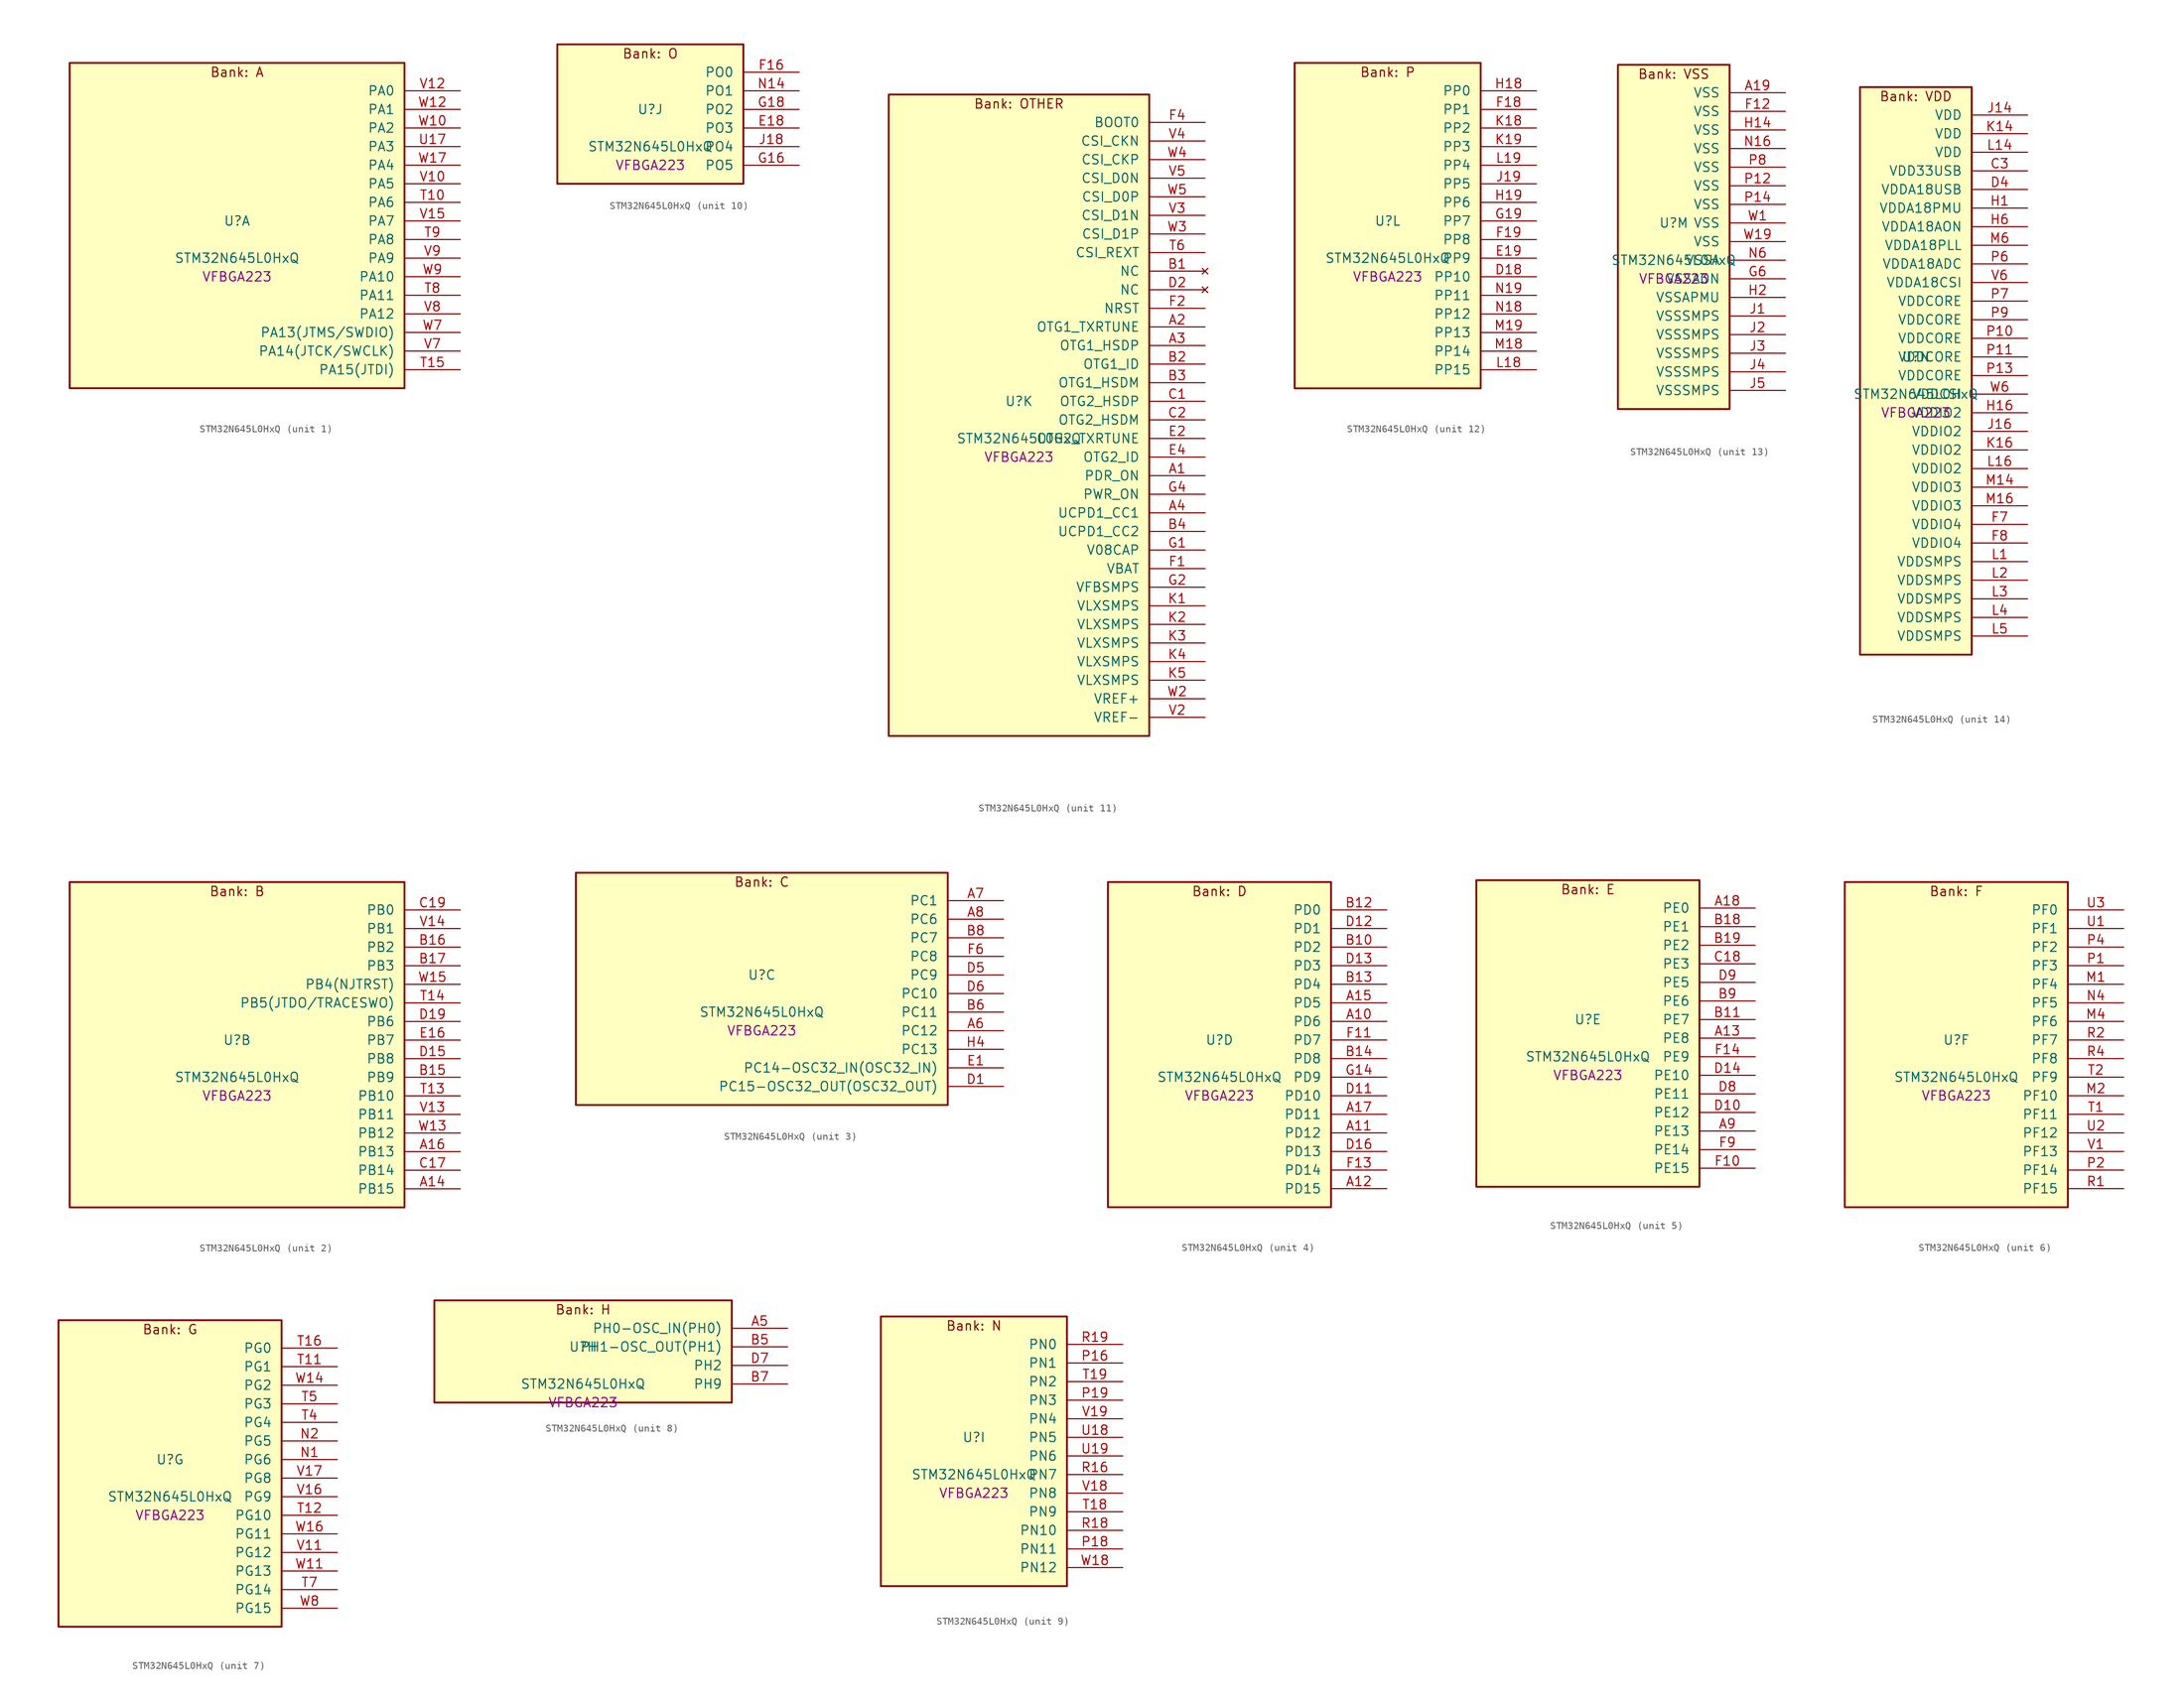
<source format=kicad_sym>
(kicad_symbol_lib
  (version 20241209)
  (generator "stm32_pkl_generator")
  (generator_version "1.0")
  (symbol "STM32N645L0HxQ"
    (pin_names
      (offset 1.27))
    (property "Reference" "U"
      (at 0 2.54 0))
    (property "Value" "STM32N645L0HxQ"
      (at 0 -2.54 0))
    (property "Footprint" "VFBGA223"
      (at 0 -5.08 0))
    (symbol "STM32N645L0HxQ_1_1"
      (rectangle (start -22.86 24.13) (end 22.86 -20.32) (stroke (width 0.254) (type solid)) (fill (type background)))
      (text "Bank: A" (at 0 22.86 0))
      (pin bidirectional line (at 30.48 20.32 180) (length 7.62) (name "PA0") (number "V12") (alternate "PA0/ADC1_INN1" bidirectional line) (alternate "PA0/ADC1_INP0" bidirectional line) (alternate "PA0/ADC2_INN1" bidirectional line) (alternate "PA0/ADC2_INP0" bidirectional line) (alternate "PA0/FMC_D7" bidirectional line) (alternate "PA0/FMC_DA7" bidirectional line) (alternate "PA0/HDP_HDP0" bidirectional line) (alternate "PA0/I2S6_WS" bidirectional line) (alternate "PA0/LTDC_G3" bidirectional line) (alternate "PA0/PWR_WKUP1" bidirectional line) (alternate "PA0/SAI2_SD_B" bidirectional line) (alternate "PA0/SDMMC2_CMD" bidirectional line) (alternate "PA0/SPI6_NSS" bidirectional line) (alternate "PA0/TIM15_BKIN" bidirectional line) (alternate "PA0/TIM2_CH1" bidirectional line) (alternate "PA0/TIM5_CH1" bidirectional line) (alternate "PA0/TIM9_CH1" bidirectional line) (alternate "PA0/UART4_TX" bidirectional line) (alternate "PA0/USART2_CTS" bidirectional line) (alternate "PA0/USART2_NSS" bidirectional line))
      (pin bidirectional line (at 30.48 17.78 180) (length 7.62) (name "PA1") (number "W12") (alternate "PA1/ADC1_INP1" bidirectional line) (alternate "PA1/ADC2_INP1" bidirectional line) (alternate "PA1/DCMIPP_D0" bidirectional line) (alternate "PA1/DCMI_D0" bidirectional line) (alternate "PA1/FMC_D6" bidirectional line) (alternate "PA1/FMC_DA6" bidirectional line) (alternate "PA1/HDP_HDP1" bidirectional line) (alternate "PA1/LPTIM3_IN1" bidirectional line) (alternate "PA1/LTDC_G2" bidirectional line) (alternate "PA1/PSSI_D0" bidirectional line) (alternate "PA1/SAI2_MCLK_B" bidirectional line) (alternate "PA1/TIM15_CH1N" bidirectional line) (alternate "PA1/TIM2_CH2" bidirectional line) (alternate "PA1/TIM5_CH2" bidirectional line) (alternate "PA1/UART4_RX" bidirectional line) (alternate "PA1/USART2_RTS" bidirectional line))
      (pin bidirectional line (at 30.48 15.24 180) (length 7.62) (name "PA2") (number "W10") (alternate "PA2/ADC1_INP14" bidirectional line) (alternate "PA2/ADC2_INP14" bidirectional line) (alternate "PA2/FMC_D5" bidirectional line) (alternate "PA2/FMC_DA5" bidirectional line) (alternate "PA2/HDP_HDP2" bidirectional line) (alternate "PA2/LPTIM3_IN2" bidirectional line) (alternate "PA2/LTDC_B7" bidirectional line) (alternate "PA2/MDIOS_MDIO" bidirectional line) (alternate "PA2/PWR_WKUP2" bidirectional line) (alternate "PA2/SAI2_SCK_B" bidirectional line) (alternate "PA2/TIM15_CH1" bidirectional line) (alternate "PA2/TIM2_CH3" bidirectional line) (alternate "PA2/TIM5_CH3" bidirectional line) (alternate "PA2/USART2_TX" bidirectional line))
      (pin bidirectional line (at 30.48 12.7 180) (length 7.62) (name "PA3") (number "U17") (alternate "PA3/FMC_A17" bidirectional line) (alternate "PA3/FMC_ALE" bidirectional line) (alternate "PA3/SAI1_SD_B" bidirectional line) (alternate "PA3/SPI5_NSS" bidirectional line) (alternate "PA3/TIM16_CH1" bidirectional line) (alternate "PA3/UART7_RX" bidirectional line))
      (pin bidirectional line (at 30.48 10.16 180) (length 7.62) (name "PA4") (number "W17") (alternate "PA4/DCMIPP_D3" bidirectional line) (alternate "PA4/DCMI_D3" bidirectional line) (alternate "PA4/FMC_A13" bidirectional line) (alternate "PA4/PSSI_D3" bidirectional line) (alternate "PA4/SPI5_MOSI" bidirectional line) (alternate "PA4/USART6_RX" bidirectional line))
      (pin bidirectional line (at 30.48 7.62 180) (length 7.62) (name "PA5") (number "V10") (alternate "PA5/ADC2_INP18" bidirectional line) (alternate "PA5/DCMIPP_D8" bidirectional line) (alternate "PA5/DCMI_D8" bidirectional line) (alternate "PA5/FMC_NOE" bidirectional line) (alternate "PA5/HDP_HDP5" bidirectional line) (alternate "PA5/I2S1_CK" bidirectional line) (alternate "PA5/I2S6_CK" bidirectional line) (alternate "PA5/I3C1_SCL" bidirectional line) (alternate "PA5/LTDC_CLK" bidirectional line) (alternate "PA5/PSSI_D8" bidirectional line) (alternate "PA5/PWR_CSTOP" bidirectional line) (alternate "PA5/SPI1_SCK" bidirectional line) (alternate "PA5/SPI6_SCK" bidirectional line) (alternate "PA5/TIM10_CH1" bidirectional line) (alternate "PA5/TIM2_CH1" bidirectional line) (alternate "PA5/TIM2_ETR" bidirectional line) (alternate "PA5/TIM9_CH2" bidirectional line))
      (pin bidirectional line (at 30.48 5.08 180) (length 7.62) (name "PA6") (number "T10") (alternate "PA6/ADC1_INP3" bidirectional line) (alternate "PA6/ADC2_INP3" bidirectional line) (alternate "PA6/BOOT1" bidirectional line) (alternate "PA6/DCMIPP_PIXCLK" bidirectional line) (alternate "PA6/DCMI_PIXCLK" bidirectional line) (alternate "PA6/HDP_HDP6" bidirectional line) (alternate "PA6/I2S1_SDI" bidirectional line) (alternate "PA6/I2S6_SDI" bidirectional line) (alternate "PA6/I3C1_SDA" bidirectional line) (alternate "PA6/LPTIM3_ETR" bidirectional line) (alternate "PA6/LTDC_B7" bidirectional line) (alternate "PA6/LTDC_HSYNC" bidirectional line) (alternate "PA6/MDIOS_MDC" bidirectional line) (alternate "PA6/PSSI_PDCK" bidirectional line) (alternate "PA6/SPI1_MISO" bidirectional line) (alternate "PA6/SPI6_MISO" bidirectional line) (alternate "PA6/TIM13_CH1" bidirectional line) (alternate "PA6/TIM1_BKIN" bidirectional line) (alternate "PA6/TIM3_CH1" bidirectional line))
      (pin bidirectional line (at 30.48 2.54 180) (length 7.62) (name "PA7") (number "V15") (alternate "PA7/HDP_HDP7" bidirectional line) (alternate "PA7/I2S1_SDO" bidirectional line) (alternate "PA7/I2S6_SDO" bidirectional line) (alternate "PA7/LTDC_B1" bidirectional line) (alternate "PA7/LTDC_R4" bidirectional line) (alternate "PA7/SPI1_MOSI" bidirectional line) (alternate "PA7/SPI6_MOSI" bidirectional line) (alternate "PA7/TIM14_CH1" bidirectional line) (alternate "PA7/TIM1_CH1N" bidirectional line) (alternate "PA7/TIM3_CH2" bidirectional line) (alternate "PA7/USART1_RX" bidirectional line))
      (pin bidirectional line (at 30.48 0 180) (length 7.62) (name "PA8") (number "T9") (alternate "PA8/ADC1_INP5" bidirectional line) (alternate "PA8/ADC2_INP5" bidirectional line) (alternate "PA8/FMC_D4" bidirectional line) (alternate "PA8/FMC_DA4" bidirectional line) (alternate "PA8/HDP_HDP0" bidirectional line) (alternate "PA8/I2C3_SCL" bidirectional line) (alternate "PA8/I3C2_SCL" bidirectional line) (alternate "PA8/LTDC_B6" bidirectional line) (alternate "PA8/RCC_MCO_1" bidirectional line) (alternate "PA8/TIM11_CH1" bidirectional line) (alternate "PA8/TIM1_CH1" bidirectional line) (alternate "PA8/UART7_RX" bidirectional line) (alternate "PA8/USART1_CK" bidirectional line))
      (pin bidirectional line (at 30.48 -2.54 180) (length 7.62) (name "PA9") (number "V9") (alternate "PA9/ADC1_INP10" bidirectional line) (alternate "PA9/ADC2_INP10" bidirectional line) (alternate "PA9/DCMIPP_D0" bidirectional line) (alternate "PA9/DCMI_D0" bidirectional line) (alternate "PA9/FMC_D3" bidirectional line) (alternate "PA9/FMC_DA3" bidirectional line) (alternate "PA9/HDP_HDP1" bidirectional line) (alternate "PA9/I2C3_SDA" bidirectional line) (alternate "PA9/I2S2_CK" bidirectional line) (alternate "PA9/I3C2_SDA" bidirectional line) (alternate "PA9/LPUART1_TX" bidirectional line) (alternate "PA9/LTDC_B5" bidirectional line) (alternate "PA9/PSSI_D0" bidirectional line) (alternate "PA9/SPI2_SCK" bidirectional line) (alternate "PA9/TIM1_CH2" bidirectional line) (alternate "PA9/USART1_TX" bidirectional line))
      (pin bidirectional line (at 30.48 -5.08 180) (length 7.62) (name "PA10") (number "W9") (alternate "PA10/ADC1_INN10" bidirectional line) (alternate "PA10/ADC1_INP11" bidirectional line) (alternate "PA10/ADC2_INN10" bidirectional line) (alternate "PA10/ADC2_INP11" bidirectional line) (alternate "PA10/DCMIPP_D1" bidirectional line) (alternate "PA10/DCMI_D1" bidirectional line) (alternate "PA10/FMC_D2" bidirectional line) (alternate "PA10/FMC_DA2" bidirectional line) (alternate "PA10/HDP_HDP2" bidirectional line) (alternate "PA10/LPUART1_RX" bidirectional line) (alternate "PA10/LTDC_B4" bidirectional line) (alternate "PA10/MDIOS_MDIO" bidirectional line) (alternate "PA10/PSSI_D1" bidirectional line) (alternate "PA10/PWR_CSLEEP" bidirectional line) (alternate "PA10/TIM1_CH3" bidirectional line) (alternate "PA10/USART1_RX" bidirectional line))
      (pin bidirectional line (at 30.48 -7.62 180) (length 7.62) (name "PA11") (number "T8") (alternate "PA11/ADC1_EXTI11" bidirectional line) (alternate "PA11/ADC1_INN11" bidirectional line) (alternate "PA11/ADC1_INP12" bidirectional line) (alternate "PA11/ADC2_EXTI11" bidirectional line) (alternate "PA11/ADC2_INN11" bidirectional line) (alternate "PA11/ADC2_INP12" bidirectional line) (alternate "PA11/FDCAN1_RX" bidirectional line) (alternate "PA11/FMC_D1" bidirectional line) (alternate "PA11/FMC_DA1" bidirectional line) (alternate "PA11/HDP_HDP3" bidirectional line) (alternate "PA11/I2S2_WS" bidirectional line) (alternate "PA11/LPUART1_CTS" bidirectional line) (alternate "PA11/LTDC_B3" bidirectional line) (alternate "PA11/SPI2_NSS" bidirectional line) (alternate "PA11/TIM1_CH4" bidirectional line) (alternate "PA11/UART4_RX" bidirectional line) (alternate "PA11/USART1_CTS" bidirectional line) (alternate "PA11/USART1_NSS" bidirectional line))
      (pin bidirectional line (at 30.48 -10.16 180) (length 7.62) (name "PA12") (number "V8") (alternate "PA12/ADC1_INN12" bidirectional line) (alternate "PA12/ADC1_INP13" bidirectional line) (alternate "PA12/ADC2_INN12" bidirectional line) (alternate "PA12/ADC2_INP13" bidirectional line) (alternate "PA12/FDCAN1_TX" bidirectional line) (alternate "PA12/FMC_D0" bidirectional line) (alternate "PA12/FMC_DA0" bidirectional line) (alternate "PA12/HDP_HDP4" bidirectional line) (alternate "PA12/I2S2_CK" bidirectional line) (alternate "PA12/LPUART1_RTS" bidirectional line) (alternate "PA12/LTDC_B2" bidirectional line) (alternate "PA12/SAI2_FS_B" bidirectional line) (alternate "PA12/SPI2_SCK" bidirectional line) (alternate "PA12/TIM1_ETR" bidirectional line) (alternate "PA12/UART4_TX" bidirectional line) (alternate "PA12/USART1_RTS" bidirectional line))
      (pin bidirectional line (at 30.48 -12.7 180) (length 7.62) (name "PA13(JTMS/SWDIO)") (number "W7") (alternate "PA13(JTMS/SWDIO)/DEBUG_JTMS-SWDIO" bidirectional line) (alternate "PA13(JTMS/SWDIO)/HDP_HDP5" bidirectional line))
      (pin bidirectional line (at 30.48 -15.24 180) (length 7.62) (name "PA14(JTCK/SWCLK)") (number "V7") (alternate "PA14(JTCK/SWCLK)/DEBUG_JTCK-SWCLK" bidirectional line) (alternate "PA14(JTCK/SWCLK)/HDP_HDP6" bidirectional line))
      (pin bidirectional line (at 30.48 -17.78 180) (length 7.62) (name "PA15(JTDI)") (number "T15") (alternate "PA15(JTDI)/ADC1_EXTI15" bidirectional line) (alternate "PA15(JTDI)/ADC2_EXTI15" bidirectional line) (alternate "PA15(JTDI)/DEBUG_JTDI" bidirectional line) (alternate "PA15(JTDI)/FMC_D15" bidirectional line) (alternate "PA15(JTDI)/FMC_DA15" bidirectional line) (alternate "PA15(JTDI)/HDP_HDP7" bidirectional line) (alternate "PA15(JTDI)/I2S1_WS" bidirectional line) (alternate "PA15(JTDI)/I2S3_WS" bidirectional line) (alternate "PA15(JTDI)/I2S6_WS" bidirectional line) (alternate "PA15(JTDI)/LTDC_R5" bidirectional line) (alternate "PA15(JTDI)/SPI1_NSS" bidirectional line) (alternate "PA15(JTDI)/SPI3_NSS" bidirectional line) (alternate "PA15(JTDI)/SPI6_NSS" bidirectional line) (alternate "PA15(JTDI)/TIM2_CH1" bidirectional line) (alternate "PA15(JTDI)/TIM2_ETR" bidirectional line) (alternate "PA15(JTDI)/UART4_DE" bidirectional line) (alternate "PA15(JTDI)/UART4_RTS" bidirectional line) (alternate "PA15(JTDI)/UART7_TX" bidirectional line)))
    (symbol "STM32N645L0HxQ_2_1"
      (rectangle (start -22.86 24.13) (end 22.86 -20.32) (stroke (width 0.254) (type solid)) (fill (type background)))
      (text "Bank: B" (at 0 22.86 0))
      (pin bidirectional line (at 30.48 20.32 180) (length 7.62) (name "PB0") (number "C19") (alternate "PB0/ADF1_SDI0" bidirectional line) (alternate "PB0/DCMIPP_D4" bidirectional line) (alternate "PB0/DCMI_D4" bidirectional line) (alternate "PB0/DEBUG_TRACED1" bidirectional line) (alternate "PB0/FMC_D13" bidirectional line) (alternate "PB0/FMC_DA13" bidirectional line) (alternate "PB0/MDF1_SDI2" bidirectional line) (alternate "PB0/PSSI_D4" bidirectional line) (alternate "PB0/SAI1_D2" bidirectional line) (alternate "PB0/SAI1_FS_A" bidirectional line) (alternate "PB0/SPI4_NSS" bidirectional line) (alternate "PB0/TIM15_CH1N" bidirectional line) (alternate "PB0/TIM1_CH4" bidirectional line))
      (pin bidirectional line (at 30.48 17.78 180) (length 7.62) (name "PB1") (number "V14") (alternate "PB1/FDCAN2_TX" bidirectional line) (alternate "PB1/FMC_NOE" bidirectional line) (alternate "PB1/HDP_HDP1" bidirectional line) (alternate "PB1/LTDC_R1" bidirectional line) (alternate "PB1/TIM1_CH3N" bidirectional line) (alternate "PB1/TIM3_CH4" bidirectional line) (alternate "PB1/TIM9_CH2" bidirectional line) (alternate "PB1/USART2_TX" bidirectional line))
      (pin bidirectional line (at 30.48 15.24 180) (length 7.62) (name "PB2") (number "B16") (alternate "PB2/ADF1_SDI0" bidirectional line) (alternate "PB2/FMC_D2" bidirectional line) (alternate "PB2/FMC_DA2" bidirectional line) (alternate "PB2/HDP_HDP2" bidirectional line) (alternate "PB2/I2S3_SDO" bidirectional line) (alternate "PB2/LTDC_B2" bidirectional line) (alternate "PB2/MDF1_SDI1" bidirectional line) (alternate "PB2/RTC_OUT2" bidirectional line) (alternate "PB2/SAI1_D1" bidirectional line) (alternate "PB2/SAI1_SD_A" bidirectional line) (alternate "PB2/SPI3_MOSI" bidirectional line) (alternate "PB2/TIM1_CH1" bidirectional line))
      (pin bidirectional line (at 30.48 12.7 180) (length 7.62) (name "PB3") (number "B17") (alternate "PB3/DEBUG_JTDO-SWO" bidirectional line) (alternate "PB3/DEBUG_TRACECLK" bidirectional line) (alternate "PB3/FMC_A23" bidirectional line) (alternate "PB3/FMC_NBL1" bidirectional line) (alternate "PB3/GFXTIM_FCKCAL" bidirectional line) (alternate "PB3/GFXTIM_LCKCAL" bidirectional line) (alternate "PB3/HDP_HDP0" bidirectional line) (alternate "PB3/MDF1_CKI1" bidirectional line) (alternate "PB3/SAI2_FS_B" bidirectional line) (alternate "PB3/TIM1_CH4N" bidirectional line) (alternate "PB3/USART1_CK" bidirectional line))
      (pin bidirectional line (at 30.48 10.16 180) (length 7.62) (name "PB4(NJTRST)") (number "W15") (alternate "PB4(NJTRST)/DCMIPP_VSYNC" bidirectional line) (alternate "PB4(NJTRST)/DCMI_VSYNC" bidirectional line) (alternate "PB4(NJTRST)/DEBUG_NJTRST" bidirectional line) (alternate "PB4(NJTRST)/FMC_D13" bidirectional line) (alternate "PB4(NJTRST)/FMC_DA13" bidirectional line) (alternate "PB4(NJTRST)/HDP_HDP4" bidirectional line) (alternate "PB4(NJTRST)/I2S1_SDI" bidirectional line) (alternate "PB4(NJTRST)/I2S2_WS" bidirectional line) (alternate "PB4(NJTRST)/I2S3_SDI" bidirectional line) (alternate "PB4(NJTRST)/I2S6_SDI" bidirectional line) (alternate "PB4(NJTRST)/LTDC_R3" bidirectional line) (alternate "PB4(NJTRST)/PSSI_RDY" bidirectional line) (alternate "PB4(NJTRST)/SDMMC2_D3" bidirectional line) (alternate "PB4(NJTRST)/SPI1_MISO" bidirectional line) (alternate "PB4(NJTRST)/SPI2_NSS" bidirectional line) (alternate "PB4(NJTRST)/SPI3_MISO" bidirectional line) (alternate "PB4(NJTRST)/SPI6_MISO" bidirectional line) (alternate "PB4(NJTRST)/TIM16_BKIN" bidirectional line) (alternate "PB4(NJTRST)/TIM3_CH1" bidirectional line) (alternate "PB4(NJTRST)/UART7_TX" bidirectional line))
      (pin bidirectional line (at 30.48 7.62 180) (length 7.62) (name "PB5(JTDO/TRACESWO)") (number "T14") (alternate "PB5(JTDO/TRACESWO)/DCMIPP_D10" bidirectional line) (alternate "PB5(JTDO/TRACESWO)/DCMI_D10" bidirectional line) (alternate "PB5(JTDO/TRACESWO)/DEBUG_JTDO-SWO" bidirectional line) (alternate "PB5(JTDO/TRACESWO)/FDCAN2_RX" bidirectional line) (alternate "PB5(JTDO/TRACESWO)/FMC_D12" bidirectional line) (alternate "PB5(JTDO/TRACESWO)/FMC_DA12" bidirectional line) (alternate "PB5(JTDO/TRACESWO)/HDP_HDP5" bidirectional line) (alternate "PB5(JTDO/TRACESWO)/I2C1_SMBA" bidirectional line) (alternate "PB5(JTDO/TRACESWO)/I2S1_SDO" bidirectional line) (alternate "PB5(JTDO/TRACESWO)/I2S3_SDO" bidirectional line) (alternate "PB5(JTDO/TRACESWO)/I2S6_SDO" bidirectional line) (alternate "PB5(JTDO/TRACESWO)/LTDC_R2" bidirectional line) (alternate "PB5(JTDO/TRACESWO)/PSSI_D10" bidirectional line) (alternate "PB5(JTDO/TRACESWO)/SPI1_MOSI" bidirectional line) (alternate "PB5(JTDO/TRACESWO)/SPI3_MOSI" bidirectional line) (alternate "PB5(JTDO/TRACESWO)/SPI6_MOSI" bidirectional line) (alternate "PB5(JTDO/TRACESWO)/TIM17_BKIN" bidirectional line) (alternate "PB5(JTDO/TRACESWO)/TIM3_CH2" bidirectional line) (alternate "PB5(JTDO/TRACESWO)/UART5_RX" bidirectional line))
      (pin bidirectional line (at 30.48 5.08 180) (length 7.62) (name "PB6") (number "D19") (alternate "PB6/ADF1_CCK1" bidirectional line) (alternate "PB6/DCMIPP_D6" bidirectional line) (alternate "PB6/DCMI_D6" bidirectional line) (alternate "PB6/DEBUG_TRACED2" bidirectional line) (alternate "PB6/FMC_D14" bidirectional line) (alternate "PB6/FMC_DA14" bidirectional line) (alternate "PB6/MDF1_CCK1" bidirectional line) (alternate "PB6/PSSI_D6" bidirectional line) (alternate "PB6/SAI1_CK2" bidirectional line) (alternate "PB6/SAI1_SCK_A" bidirectional line) (alternate "PB6/SPI4_MISO" bidirectional line) (alternate "PB6/TIM15_CH1" bidirectional line))
      (pin bidirectional line (at 30.48 2.54 180) (length 7.62) (name "PB7") (number "E16") (alternate "PB7/ADF1_SDI0" bidirectional line) (alternate "PB7/DCMIPP_D7" bidirectional line) (alternate "PB7/DCMI_D7" bidirectional line) (alternate "PB7/DEBUG_TRACED3" bidirectional line) (alternate "PB7/FMC_D15" bidirectional line) (alternate "PB7/FMC_DA15" bidirectional line) (alternate "PB7/MDF1_SDI1" bidirectional line) (alternate "PB7/PSSI_D7" bidirectional line) (alternate "PB7/SAI1_D1" bidirectional line) (alternate "PB7/SAI1_SD_A" bidirectional line) (alternate "PB7/SAI2_MCLK_B" bidirectional line) (alternate "PB7/SPI4_MOSI" bidirectional line) (alternate "PB7/TIM15_CH2" bidirectional line) (alternate "PB7/TIM1_BKIN2" bidirectional line))
      (pin bidirectional line (at 30.48 0 180) (length 7.62) (name "PB8") (number "D15") (alternate "PB8/DCMIPP_VSYNC" bidirectional line) (alternate "PB8/DCMI_VSYNC" bidirectional line) (alternate "PB8/FMC_D1" bidirectional line) (alternate "PB8/FMC_DA1" bidirectional line) (alternate "PB8/I2S1_SDI" bidirectional line) (alternate "PB8/PSSI_RDY" bidirectional line) (alternate "PB8/SAI2_FS_B" bidirectional line) (alternate "PB8/SDMMC2_D0" bidirectional line) (alternate "PB8/SPDIFRX1_IN3" bidirectional line) (alternate "PB8/SPI1_MISO" bidirectional line) (alternate "PB8/USART6_RX" bidirectional line))
      (pin bidirectional line (at 30.48 -2.54 180) (length 7.62) (name "PB9") (number "B15") (alternate "PB9/DCMIPP_D3" bidirectional line) (alternate "PB9/DCMI_D3" bidirectional line) (alternate "PB9/FMC_D3" bidirectional line) (alternate "PB9/FMC_DA3" bidirectional line) (alternate "PB9/I2S1_CK" bidirectional line) (alternate "PB9/LPTIM1_IN2" bidirectional line) (alternate "PB9/PSSI_D3" bidirectional line) (alternate "PB9/SDMMC2_D2" bidirectional line) (alternate "PB9/SPDIFRX1_IN0" bidirectional line) (alternate "PB9/SPI1_SCK" bidirectional line) (alternate "PB9/USART10_TX" bidirectional line))
      (pin bidirectional line (at 30.48 -5.08 180) (length 7.62) (name "PB10") (number "T13") (alternate "PB10/ADC1_INN4" bidirectional line) (alternate "PB10/ADC1_INP8" bidirectional line) (alternate "PB10/ADC2_INN4" bidirectional line) (alternate "PB10/ADC2_INP8" bidirectional line) (alternate "PB10/FMC_D11" bidirectional line) (alternate "PB10/FMC_DA11" bidirectional line) (alternate "PB10/HDP_HDP2" bidirectional line) (alternate "PB10/I2C2_SCL" bidirectional line) (alternate "PB10/I2S2_CK" bidirectional line) (alternate "PB10/I3C2_SCL" bidirectional line) (alternate "PB10/LPTIM2_IN1" bidirectional line) (alternate "PB10/LTDC_G7" bidirectional line) (alternate "PB10/SPI2_SCK" bidirectional line) (alternate "PB10/TIM2_CH3" bidirectional line) (alternate "PB10/USART3_TX" bidirectional line))
      (pin bidirectional line (at 30.48 -7.62 180) (length 7.62) (name "PB11") (number "V13") (alternate "PB11/ADC1_EXTI11" bidirectional line) (alternate "PB11/ADC1_INP4" bidirectional line) (alternate "PB11/ADC2_EXTI11" bidirectional line) (alternate "PB11/ADC2_INP4" bidirectional line) (alternate "PB11/FMC_D10" bidirectional line) (alternate "PB11/FMC_DA10" bidirectional line) (alternate "PB11/HDP_HDP3" bidirectional line) (alternate "PB11/I2C2_SDA" bidirectional line) (alternate "PB11/I3C2_SDA" bidirectional line) (alternate "PB11/LPTIM2_ETR" bidirectional line) (alternate "PB11/LTDC_G6" bidirectional line) (alternate "PB11/TIM2_CH4" bidirectional line) (alternate "PB11/USART3_RX" bidirectional line))
      (pin bidirectional line (at 30.48 -10.16 180) (length 7.62) (name "PB12") (number "W13") (alternate "PB12/FDCAN2_RX" bidirectional line) (alternate "PB12/FMC_D9" bidirectional line) (alternate "PB12/FMC_DA9" bidirectional line) (alternate "PB12/HDP_HDP4" bidirectional line) (alternate "PB12/I2C2_SMBA" bidirectional line) (alternate "PB12/I2S2_WS" bidirectional line) (alternate "PB12/LPTIM2_IN2" bidirectional line) (alternate "PB12/LTDC_G5" bidirectional line) (alternate "PB12/SPI2_NSS" bidirectional line) (alternate "PB12/TIM1_BKIN" bidirectional line) (alternate "PB12/UART5_RX" bidirectional line) (alternate "PB12/USART3_CK" bidirectional line))
      (pin bidirectional line (at 30.48 -12.7 180) (length 7.62) (name "PB13") (number "A16") (alternate "PB13/DEBUG_TRACED0" bidirectional line) (alternate "PB13/FMC_D5" bidirectional line) (alternate "PB13/FMC_DA5" bidirectional line) (alternate "PB13/I2S6_CK" bidirectional line) (alternate "PB13/LPTIM1_CH1" bidirectional line) (alternate "PB13/LTDC_CLK" bidirectional line) (alternate "PB13/SDMMC2_D6" bidirectional line) (alternate "PB13/SPI6_SCK" bidirectional line) (alternate "PB13/USART10_CTS" bidirectional line) (alternate "PB13/USART10_NSS" bidirectional line) (alternate "PB13/USART6_CTS" bidirectional line) (alternate "PB13/USART6_NSS" bidirectional line))
      (pin bidirectional line (at 30.48 -15.24 180) (length 7.62) (name "PB14") (number "C17") (alternate "PB14/DCMIPP_D10" bidirectional line) (alternate "PB14/DCMI_D10" bidirectional line) (alternate "PB14/FMC_D7" bidirectional line) (alternate "PB14/FMC_DA7" bidirectional line) (alternate "PB14/LPTIM1_CH2" bidirectional line) (alternate "PB14/LTDC_HSYNC" bidirectional line) (alternate "PB14/PSSI_D10" bidirectional line) (alternate "PB14/USART10_CK" bidirectional line) (alternate "PB14/USART6_CTS" bidirectional line) (alternate "PB14/USART6_NSS" bidirectional line))
      (pin bidirectional line (at 30.48 -17.78 180) (length 7.62) (name "PB15") (number "A14") (alternate "PB15/ADC1_EXTI15" bidirectional line) (alternate "PB15/ADC2_EXTI15" bidirectional line) (alternate "PB15/FMC_D0" bidirectional line) (alternate "PB15/FMC_DA0" bidirectional line) (alternate "PB15/I2S6_WS" bidirectional line) (alternate "PB15/LTDC_G4" bidirectional line) (alternate "PB15/SPDIFRX1_IN2" bidirectional line) (alternate "PB15/SPI6_NSS" bidirectional line) (alternate "PB15/USART6_RTS" bidirectional line)))
    (symbol "STM32N645L0HxQ_3_1"
      (rectangle (start -25.4 16.51) (end 25.4 -15.24) (stroke (width 0.254) (type solid)) (fill (type background)))
      (text "Bank: C" (at 0 15.24 0))
      (pin bidirectional line (at 33.02 12.7 180) (length 7.62) (name "PC1") (number "A7") (alternate "PC1/DCMIPP_D7" bidirectional line) (alternate "PC1/DCMI_D7" bidirectional line) (alternate "PC1/FDCAN1_TX" bidirectional line) (alternate "PC1/HDP_HDP1" bidirectional line) (alternate "PC1/I2C1_SDA" bidirectional line) (alternate "PC1/I2S2_WS" bidirectional line) (alternate "PC1/I3C1_SDA" bidirectional line) (alternate "PC1/PSSI_D7" bidirectional line) (alternate "PC1/SDMMC1_CDIR" bidirectional line) (alternate "PC1/SDMMC1_D5" bidirectional line) (alternate "PC1/SDMMC2_D5" bidirectional line) (alternate "PC1/SPI2_NSS" bidirectional line) (alternate "PC1/TIM17_CH1" bidirectional line) (alternate "PC1/TIM4_CH4" bidirectional line) (alternate "PC1/UART4_TX" bidirectional line))
      (pin bidirectional line (at 33.02 10.16 180) (length 7.62) (name "PC6") (number "A8") (alternate "PC6/DCMIPP_D1" bidirectional line) (alternate "PC6/DCMI_D1" bidirectional line) (alternate "PC6/HDP_HDP6" bidirectional line) (alternate "PC6/I2S2_MCK" bidirectional line) (alternate "PC6/PSSI_D1" bidirectional line) (alternate "PC6/SDMMC1_D0DIR" bidirectional line) (alternate "PC6/SDMMC1_D6" bidirectional line) (alternate "PC6/SDMMC2_D6" bidirectional line) (alternate "PC6/TIM1_CH1" bidirectional line) (alternate "PC6/TIM3_CH1" bidirectional line) (alternate "PC6/TIM9_CH1" bidirectional line) (alternate "PC6/USART6_TX" bidirectional line))
      (pin bidirectional line (at 33.02 7.62 180) (length 7.62) (name "PC7") (number "B8") (alternate "PC7/DCMIPP_D1" bidirectional line) (alternate "PC7/DCMI_D1" bidirectional line) (alternate "PC7/DEBUG_TRGIO" bidirectional line) (alternate "PC7/HDP_HDP7" bidirectional line) (alternate "PC7/I2S3_MCK" bidirectional line) (alternate "PC7/PSSI_D1" bidirectional line) (alternate "PC7/SDMMC1_D123DIR" bidirectional line) (alternate "PC7/SDMMC1_D7" bidirectional line) (alternate "PC7/SDMMC2_D7" bidirectional line) (alternate "PC7/TIM16_CH1N" bidirectional line) (alternate "PC7/TIM3_CH2" bidirectional line) (alternate "PC7/TIM9_CH2" bidirectional line) (alternate "PC7/USART6_RX" bidirectional line))
      (pin bidirectional line (at 33.02 5.08 180) (length 7.62) (name "PC8") (number "F6") (alternate "PC8/DCMIPP_D2" bidirectional line) (alternate "PC8/DCMI_D2" bidirectional line) (alternate "PC8/DEBUG_TRACED1" bidirectional line) (alternate "PC8/FMC_NE4" bidirectional line) (alternate "PC8/HDP_HDP0" bidirectional line) (alternate "PC8/I2C3_SMBA" bidirectional line) (alternate "PC8/LTDC_B0" bidirectional line) (alternate "PC8/PSSI_D2" bidirectional line) (alternate "PC8/SDMMC1_D0" bidirectional line) (alternate "PC8/TIM3_CH3" bidirectional line) (alternate "PC8/UART5_DE" bidirectional line) (alternate "PC8/UART5_RTS" bidirectional line) (alternate "PC8/UCPD1_FRSTX1" bidirectional line) (alternate "PC8/USART6_CK" bidirectional line))
      (pin bidirectional line (at 33.02 2.54 180) (length 7.62) (name "PC9") (number "D5") (alternate "PC9/AUDIOCLK" bidirectional line) (alternate "PC9/DCMIPP_D3" bidirectional line) (alternate "PC9/DCMI_D3" bidirectional line) (alternate "PC9/HDP_HDP1" bidirectional line) (alternate "PC9/I2C3_SDA" bidirectional line) (alternate "PC9/LTDC_B3" bidirectional line) (alternate "PC9/PSSI_D3" bidirectional line) (alternate "PC9/RCC_MCO_2" bidirectional line) (alternate "PC9/SDMMC1_D1" bidirectional line) (alternate "PC9/TIM3_CH4" bidirectional line) (alternate "PC9/UART5_CTS" bidirectional line) (alternate "PC9/UCPD1_FRSTX2" bidirectional line) (alternate "PC9/USART6_RX" bidirectional line))
      (pin bidirectional line (at 33.02 0 180) (length 7.62) (name "PC10") (number "D6") (alternate "PC10/DCMIPP_D14" bidirectional line) (alternate "PC10/FMC_CLK" bidirectional line) (alternate "PC10/HDP_HDP2" bidirectional line) (alternate "PC10/I2C4_SCL" bidirectional line) (alternate "PC10/I2S3_CK" bidirectional line) (alternate "PC10/I3C2_SCL" bidirectional line) (alternate "PC10/PSSI_D14" bidirectional line) (alternate "PC10/SDMMC1_D2" bidirectional line) (alternate "PC10/SPI3_SCK" bidirectional line) (alternate "PC10/TIM1_BKIN" bidirectional line) (alternate "PC10/UART4_TX" bidirectional line) (alternate "PC10/USART3_TX" bidirectional line))
      (pin bidirectional line (at 33.02 -2.54 180) (length 7.62) (name "PC11") (number "B6") (alternate "PC11/ADC1_EXTI11" bidirectional line) (alternate "PC11/ADC2_EXTI11" bidirectional line) (alternate "PC11/DCMIPP_D4" bidirectional line) (alternate "PC11/DCMI_D4" bidirectional line) (alternate "PC11/HDP_HDP3" bidirectional line) (alternate "PC11/I2C4_SDA" bidirectional line) (alternate "PC11/I2S3_SDI" bidirectional line) (alternate "PC11/I3C2_SDA" bidirectional line) (alternate "PC11/PSSI_D4" bidirectional line) (alternate "PC11/SDMMC1_D3" bidirectional line) (alternate "PC11/SPI3_MISO" bidirectional line) (alternate "PC11/UART4_RX" bidirectional line) (alternate "PC11/USART3_RX" bidirectional line))
      (pin bidirectional line (at 33.02 -5.08 180) (length 7.62) (name "PC12") (number "A6") (alternate "PC12/DCMIPP_D9" bidirectional line) (alternate "PC12/DCMI_D9" bidirectional line) (alternate "PC12/DEBUG_TRACED3" bidirectional line) (alternate "PC12/FMC_NL" bidirectional line) (alternate "PC12/HDP_HDP4" bidirectional line) (alternate "PC12/I2S3_SDO" bidirectional line) (alternate "PC12/I2S6_CK" bidirectional line) (alternate "PC12/PSSI_D9" bidirectional line) (alternate "PC12/SDMMC1_CK" bidirectional line) (alternate "PC12/SPI3_MOSI" bidirectional line) (alternate "PC12/SPI6_SCK" bidirectional line) (alternate "PC12/TIM15_CH1" bidirectional line) (alternate "PC12/TIM1_CH4" bidirectional line) (alternate "PC12/UART5_TX" bidirectional line) (alternate "PC12/USART3_CK" bidirectional line))
      (pin bidirectional line (at 33.02 -7.62 180) (length 7.62) (name "PC13") (number "H4") (alternate "PC13/HDP_HDP5" bidirectional line) (alternate "PC13/PWR_WKUP3" bidirectional line) (alternate "PC13/RTC_OUT1" bidirectional line) (alternate "PC13/RTC_TS" bidirectional line) (alternate "PC13/TAMP_IN1" bidirectional line) (alternate "PC13/TAMP_OUT2" bidirectional line))
      (pin bidirectional line (at 33.02 -10.16 180) (length 7.62) (name "PC14-OSC32_IN(OSC32_IN)") (number "E1") (alternate "PC14-OSC32_IN(OSC32_IN)/RCC_OSC32_IN" bidirectional line))
      (pin bidirectional line (at 33.02 -12.7 180) (length 7.62) (name "PC15-OSC32_OUT(OSC32_OUT)") (number "D1") (alternate "PC15-OSC32_OUT(OSC32_OUT)/ADC1_EXTI15" bidirectional line) (alternate "PC15-OSC32_OUT(OSC32_OUT)/ADC2_EXTI15" bidirectional line) (alternate "PC15-OSC32_OUT(OSC32_OUT)/RCC_OSC32_OUT" bidirectional line)))
    (symbol "STM32N645L0HxQ_4_1"
      (rectangle (start -15.24 24.13) (end 15.24 -20.32) (stroke (width 0.254) (type solid)) (fill (type background)))
      (text "Bank: D" (at 0 22.86 0))
      (pin bidirectional line (at 22.86 20.32 180) (length 7.62) (name "PD0") (number "B12") (alternate "PD0/DCMIPP_HSYNC" bidirectional line) (alternate "PD0/DCMI_HSYNC" bidirectional line) (alternate "PD0/FDCAN1_RX" bidirectional line) (alternate "PD0/FMC_A6" bidirectional line) (alternate "PD0/FMC_A22" bidirectional line) (alternate "PD0/PSSI_DE" bidirectional line) (alternate "PD0/TIM1_ETR" bidirectional line) (alternate "PD0/UART4_RX" bidirectional line) (alternate "PD0/UART9_CTS" bidirectional line))
      (pin bidirectional line (at 22.86 17.78 180) (length 7.62) (name "PD1") (number "D12") (alternate "PD1/ETH1_MDC" bidirectional line) (alternate "PD1/FDCAN1_TX" bidirectional line) (alternate "PD1/FMC_A7" bidirectional line) (alternate "PD1/FMC_A23" bidirectional line) (alternate "PD1/UART4_TX" bidirectional line))
      (pin bidirectional line (at 22.86 15.24 180) (length 7.62) (name "PD2") (number "B10") (alternate "PD2/ADF1_SDI0" bidirectional line) (alternate "PD2/DEBUG_TRACED0" bidirectional line) (alternate "PD2/FMC_A0" bidirectional line) (alternate "PD2/FMC_A16" bidirectional line) (alternate "PD2/FMC_CLE" bidirectional line) (alternate "PD2/HDP_HDP1" bidirectional line) (alternate "PD2/I2S2_SDO" bidirectional line) (alternate "PD2/MDF1_SDI1" bidirectional line) (alternate "PD2/MDIOS_MDC" bidirectional line) (alternate "PD2/PWR_WKUP4" bidirectional line) (alternate "PD2/SAI1_D1" bidirectional line) (alternate "PD2/SAI1_SD_A" bidirectional line) (alternate "PD2/SDMMC2_CK" bidirectional line) (alternate "PD2/SPI2_MOSI" bidirectional line) (alternate "PD2/TIM15_CH1N" bidirectional line) (alternate "PD2/TIM1_CH3" bidirectional line))
      (pin bidirectional line (at 22.86 12.7 180) (length 7.62) (name "PD3") (number "D13") (alternate "PD3/DCMIPP_D14" bidirectional line) (alternate "PD3/ETH1_PHY_INTN" bidirectional line) (alternate "PD3/FMC_A10" bidirectional line) (alternate "PD3/I2C2_SMBA" bidirectional line) (alternate "PD3/PSSI_D14" bidirectional line) (alternate "PD3/USART10_RX" bidirectional line) (alternate "PD3/USART6_CTS" bidirectional line))
      (pin bidirectional line (at 22.86 10.16 180) (length 7.62) (name "PD4") (number "B13") (alternate "PD4/DCMIPP_D9" bidirectional line) (alternate "PD4/DCMI_D9" bidirectional line) (alternate "PD4/FMC_A11" bidirectional line) (alternate "PD4/I2C2_SDA" bidirectional line) (alternate "PD4/PSSI_D9" bidirectional line) (alternate "PD4/SPI5_MISO" bidirectional line) (alternate "PD4/TAMP_IN7" bidirectional line) (alternate "PD4/TAMP_OUT8" bidirectional line) (alternate "PD4/TIM1_BKIN2" bidirectional line) (alternate "PD4/USART6_RTS" bidirectional line))
      (pin bidirectional line (at 22.86 7.62 180) (length 7.62) (name "PD5") (number "A15") (alternate "PD5/DCMIPP_PIXCLK" bidirectional line) (alternate "PD5/DCMI_PIXCLK" bidirectional line) (alternate "PD5/FMC_D6" bidirectional line) (alternate "PD5/FMC_DA6" bidirectional line) (alternate "PD5/PSSI_PDCK" bidirectional line) (alternate "PD5/SDMMC2_D7" bidirectional line) (alternate "PD5/TIM1_CH4N" bidirectional line) (alternate "PD5/USART2_TX" bidirectional line))
      (pin bidirectional line (at 22.86 5.08 180) (length 7.62) (name "PD6") (number "A10") (alternate "PD6/FMC_A1" bidirectional line) (alternate "PD6/FMC_A17" bidirectional line) (alternate "PD6/FMC_ALE" bidirectional line) (alternate "PD6/HDP_HDP2" bidirectional line) (alternate "PD6/I2S2_SDI" bidirectional line) (alternate "PD6/SPI2_MISO" bidirectional line) (alternate "PD6/TIM15_CH2" bidirectional line) (alternate "PD6/TIM1_CH1" bidirectional line))
      (pin bidirectional line (at 22.86 2.54 180) (length 7.62) (name "PD7") (number "F11") (alternate "PD7/DCMIPP_D0" bidirectional line) (alternate "PD7/DCMI_D0" bidirectional line) (alternate "PD7/FMC_A2" bidirectional line) (alternate "PD7/FMC_A18" bidirectional line) (alternate "PD7/HDP_HDP3" bidirectional line) (alternate "PD7/I2S2_SDO" bidirectional line) (alternate "PD7/I2S3_WS" bidirectional line) (alternate "PD7/PSSI_D0" bidirectional line) (alternate "PD7/SPI2_MOSI" bidirectional line) (alternate "PD7/SPI3_NSS" bidirectional line) (alternate "PD7/TIM15_CH1N" bidirectional line) (alternate "PD7/TIM1_CH2" bidirectional line))
      (pin bidirectional line (at 22.86 0 180) (length 7.62) (name "PD8") (number "B14") (alternate "PD8/DCMIPP_D11" bidirectional line) (alternate "PD8/DCMI_D11" bidirectional line) (alternate "PD8/FMC_NBL0" bidirectional line) (alternate "PD8/LTDC_R7" bidirectional line) (alternate "PD8/PSSI_D11" bidirectional line) (alternate "PD8/SPDIFRX1_IN1" bidirectional line) (alternate "PD8/TAMP_IN3" bidirectional line) (alternate "PD8/TAMP_OUT4" bidirectional line) (alternate "PD8/USART3_TX" bidirectional line))
      (pin bidirectional line (at 22.86 -2.54 180) (length 7.62) (name "PD9") (number "G14") (alternate "PD9/DCMIPP_D11" bidirectional line) (alternate "PD9/DCMI_D11" bidirectional line) (alternate "PD9/FMC_SDCLK" bidirectional line) (alternate "PD9/LTDC_R1" bidirectional line) (alternate "PD9/PSSI_D11" bidirectional line) (alternate "PD9/TAMP_IN5" bidirectional line) (alternate "PD9/TAMP_OUT6" bidirectional line) (alternate "PD9/USART3_RX" bidirectional line))
      (pin bidirectional line (at 22.86 -5.08 180) (length 7.62) (name "PD10") (number "D11") (alternate "PD10/DEBUG_TRACECLK" bidirectional line) (alternate "PD10/FMC_A3" bidirectional line) (alternate "PD10/FMC_A19" bidirectional line) (alternate "PD10/GFXTIM_TE" bidirectional line) (alternate "PD10/HDP_HDP4" bidirectional line) (alternate "PD10/I2S1_MCK" bidirectional line) (alternate "PD10/MDF1_CKI3" bidirectional line) (alternate "PD10/SAI2_FS_B" bidirectional line) (alternate "PD10/SPDIFRX1_IN2" bidirectional line) (alternate "PD10/TIM1_ETR" bidirectional line) (alternate "PD10/UCPD1_FRSTX1" bidirectional line))
      (pin bidirectional line (at 22.86 -7.62 180) (length 7.62) (name "PD11") (number "A17") (alternate "PD11/ADC1_EXTI11" bidirectional line) (alternate "PD11/ADC2_EXTI11" bidirectional line) (alternate "PD11/DCMIPP_D15" bidirectional line) (alternate "PD11/FMC_D8" bidirectional line) (alternate "PD11/FMC_DA8" bidirectional line) (alternate "PD11/I2C4_SDA" bidirectional line) (alternate "PD11/I2S2_SDI" bidirectional line) (alternate "PD11/PSSI_D15" bidirectional line) (alternate "PD11/SDMMC1_D0" bidirectional line) (alternate "PD11/SPI2_MISO" bidirectional line) (alternate "PD11/UCPD1_FRSTX1" bidirectional line))
      (pin bidirectional line (at 22.86 -10.16 180) (length 7.62) (name "PD12") (number "A11") (alternate "PD12/DCMIPP_D12" bidirectional line) (alternate "PD12/DCMI_D12" bidirectional line) (alternate "PD12/ETH1_MDIO" bidirectional line) (alternate "PD12/FMC_A5" bidirectional line) (alternate "PD12/FMC_A21" bidirectional line) (alternate "PD12/HDP_HDP5" bidirectional line) (alternate "PD12/MDF1_SDI3" bidirectional line) (alternate "PD12/PSSI_D12" bidirectional line) (alternate "PD12/SAI1_D3" bidirectional line) (alternate "PD12/SPDIFRX1_IN3" bidirectional line) (alternate "PD12/UCPD1_FRSTX2" bidirectional line))
      (pin bidirectional line (at 22.86 -12.7 180) (length 7.62) (name "PD13") (number "D16") (alternate "PD13/DCMIPP_D13" bidirectional line) (alternate "PD13/DCMI_D13" bidirectional line) (alternate "PD13/FMC_D4" bidirectional line) (alternate "PD13/FMC_DA4" bidirectional line) (alternate "PD13/LPTIM1_CH1" bidirectional line) (alternate "PD13/LTDC_R6" bidirectional line) (alternate "PD13/PSSI_D13" bidirectional line) (alternate "PD13/SAI2_SCK_A" bidirectional line) (alternate "PD13/TIM4_CH2" bidirectional line) (alternate "PD13/UART9_RTS" bidirectional line) (alternate "PD13/UCPD1_FRSTX2" bidirectional line))
      (pin bidirectional line (at 22.86 -15.24 180) (length 7.62) (name "PD14") (number "F13") (alternate "PD14/FMC_A9" bidirectional line) (alternate "PD14/I2C2_SCL" bidirectional line) (alternate "PD14/USART10_RX" bidirectional line))
      (pin bidirectional line (at 22.86 -17.78 180) (length 7.62) (name "PD15") (number "A12") (alternate "PD15/ADC1_EXTI15" bidirectional line) (alternate "PD15/ADC2_EXTI15" bidirectional line) (alternate "PD15/FMC_A8" bidirectional line) (alternate "PD15/I2C2_SDA" bidirectional line) (alternate "PD15/LTDC_R2" bidirectional line) (alternate "PD15/USART10_TX" bidirectional line)))
    (symbol "STM32N645L0HxQ_5_1"
      (rectangle (start -15.24 21.59) (end 15.24 -20.32) (stroke (width 0.254) (type solid)) (fill (type background)))
      (text "Bank: E" (at 0 20.32 0))
      (pin bidirectional line (at 22.86 17.78 180) (length 7.62) (name "PE0") (number "A18") (alternate "PE0/DCMIPP_D2" bidirectional line) (alternate "PE0/DCMI_D2" bidirectional line) (alternate "PE0/FMC_D9" bidirectional line) (alternate "PE0/FMC_DA9" bidirectional line) (alternate "PE0/LPTIM1_ETR" bidirectional line) (alternate "PE0/LPTIM2_ETR" bidirectional line) (alternate "PE0/PSSI_D2" bidirectional line) (alternate "PE0/SAI2_MCLK_A" bidirectional line) (alternate "PE0/TAMP_IN6" bidirectional line) (alternate "PE0/TAMP_OUT5" bidirectional line) (alternate "PE0/TIM4_ETR" bidirectional line) (alternate "PE0/UART8_RX" bidirectional line) (alternate "PE0/USART3_RX" bidirectional line))
      (pin bidirectional line (at 22.86 15.24 180) (length 7.62) (name "PE1") (number "B18") (alternate "PE1/DCMIPP_D8" bidirectional line) (alternate "PE1/DCMI_D8" bidirectional line) (alternate "PE1/FMC_D10" bidirectional line) (alternate "PE1/FMC_DA10" bidirectional line) (alternate "PE1/LPTIM1_IN2" bidirectional line) (alternate "PE1/LPTIM2_CH2" bidirectional line) (alternate "PE1/PSSI_D8" bidirectional line) (alternate "PE1/UART8_TX" bidirectional line) (alternate "PE1/USART3_TX" bidirectional line))
      (pin bidirectional line (at 22.86 12.7 180) (length 7.62) (name "PE2") (number "B19") (alternate "PE2/ADF1_CCK0" bidirectional line) (alternate "PE2/DEBUG_TRACECLK" bidirectional line) (alternate "PE2/FMC_D11" bidirectional line) (alternate "PE2/FMC_DA11" bidirectional line) (alternate "PE2/LPTIM5_IN1" bidirectional line) (alternate "PE2/MDF1_CCK0" bidirectional line) (alternate "PE2/SAI1_CK1" bidirectional line) (alternate "PE2/SAI1_MCLK_A" bidirectional line) (alternate "PE2/SPI4_SCK" bidirectional line) (alternate "PE2/TIM1_CH2N" bidirectional line) (alternate "PE2/UCPD1_FRSTX1" bidirectional line))
      (pin bidirectional line (at 22.86 10.16 180) (length 7.62) (name "PE3") (number "C18") (alternate "PE3/DEBUG_TRACED0" bidirectional line) (alternate "PE3/FMC_D12" bidirectional line) (alternate "PE3/FMC_DA12" bidirectional line) (alternate "PE3/LPTIM5_ETR" bidirectional line) (alternate "PE3/MDF1_CKI2" bidirectional line) (alternate "PE3/SAI1_SD_B" bidirectional line) (alternate "PE3/TIM15_BKIN" bidirectional line))
      (pin bidirectional line (at 22.86 7.62 180) (length 7.62) (name "PE5") (number "D9") (alternate "PE5/DCMIPP_D5" bidirectional line) (alternate "PE5/DCMI_D5" bidirectional line) (alternate "PE5/FDCAN2_TX" bidirectional line) (alternate "PE5/FMC_SDNE1" bidirectional line) (alternate "PE5/HDP_HDP6" bidirectional line) (alternate "PE5/I2C1_SCL" bidirectional line) (alternate "PE5/I3C1_SCL" bidirectional line) (alternate "PE5/LPUART1_TX" bidirectional line) (alternate "PE5/PSSI_D5" bidirectional line) (alternate "PE5/TIM16_CH1N" bidirectional line) (alternate "PE5/TIM4_CH1" bidirectional line) (alternate "PE5/UART5_TX" bidirectional line) (alternate "PE5/USART1_TX" bidirectional line))
      (pin bidirectional line (at 22.86 5.08 180) (length 7.62) (name "PE6") (number "B9") (alternate "PE6/DCMIPP_D1" bidirectional line) (alternate "PE6/DCMIPP_VSYNC" bidirectional line) (alternate "PE6/DCMI_D1" bidirectional line) (alternate "PE6/DCMI_VSYNC" bidirectional line) (alternate "PE6/FMC_SDCKE1" bidirectional line) (alternate "PE6/HDP_HDP7" bidirectional line) (alternate "PE6/I2C1_SDA" bidirectional line) (alternate "PE6/I3C1_SDA" bidirectional line) (alternate "PE6/LPUART1_RX" bidirectional line) (alternate "PE6/PSSI_D1" bidirectional line) (alternate "PE6/PSSI_RDY" bidirectional line) (alternate "PE6/TIM17_CH1N" bidirectional line) (alternate "PE6/TIM4_CH2" bidirectional line) (alternate "PE6/UART5_TX" bidirectional line) (alternate "PE6/USART1_RX" bidirectional line))
      (pin bidirectional line (at 22.86 2.54 180) (length 7.62) (name "PE7") (number "B11") (alternate "PE7/FMC_A4" bidirectional line) (alternate "PE7/FMC_A20" bidirectional line) (alternate "PE7/MDF1_CKI0" bidirectional line) (alternate "PE7/SAI2_SD_B" bidirectional line) (alternate "PE7/TIM1_ETR" bidirectional line) (alternate "PE7/UART7_RX" bidirectional line))
      (pin bidirectional line (at 22.86 0 180) (length 7.62) (name "PE8") (number "A13") (alternate "PE8/DCMIPP_D4" bidirectional line) (alternate "PE8/DCMI_D4" bidirectional line) (alternate "PE8/FMC_A12" bidirectional line) (alternate "PE8/MDF1_SDI0" bidirectional line) (alternate "PE8/PSSI_D4" bidirectional line) (alternate "PE8/TIM1_CH1N" bidirectional line) (alternate "PE8/UART7_TX" bidirectional line) (alternate "PE8/USART3_TX" bidirectional line))
      (pin bidirectional line (at 22.86 -2.54 180) (length 7.62) (name "PE9") (number "F14") (alternate "PE9/FMC_A14" bidirectional line) (alternate "PE9/FMC_BA0" bidirectional line) (alternate "PE9/MDF1_CKI4" bidirectional line) (alternate "PE9/TIM1_CH1" bidirectional line) (alternate "PE9/UART7_RTS" bidirectional line))
      (pin bidirectional line (at 22.86 -5.08 180) (length 7.62) (name "PE10") (number "D14") (alternate "PE10/DCMIPP_D3" bidirectional line) (alternate "PE10/DCMI_D3" bidirectional line) (alternate "PE10/DEBUG_TRACECLK" bidirectional line) (alternate "PE10/FMC_A15" bidirectional line) (alternate "PE10/FMC_BA1" bidirectional line) (alternate "PE10/MDF1_SDI4" bidirectional line) (alternate "PE10/PSSI_D3" bidirectional line) (alternate "PE10/TIM1_CH2N" bidirectional line) (alternate "PE10/UART7_CTS" bidirectional line) (alternate "PE10/USART3_RX" bidirectional line))
      (pin bidirectional line (at 22.86 -7.62 180) (length 7.62) (name "PE11") (number "D8") (alternate "PE11/ADC1_EXTI11" bidirectional line) (alternate "PE11/ADC2_EXTI11" bidirectional line) (alternate "PE11/FDCAN3_TX" bidirectional line) (alternate "PE11/FMC_SDNWE" bidirectional line) (alternate "PE11/LTDC_VSYNC" bidirectional line) (alternate "PE11/MDF1_CKI5" bidirectional line) (alternate "PE11/SAI2_SD_B" bidirectional line) (alternate "PE11/SPI4_NSS" bidirectional line) (alternate "PE11/TIM1_CH2" bidirectional line))
      (pin bidirectional line (at 22.86 -10.16 180) (length 7.62) (name "PE12") (number "D10") (alternate "PE12/FDCAN3_RX" bidirectional line) (alternate "PE12/FMC_SDNRAS" bidirectional line) (alternate "PE12/MDF1_SDI5" bidirectional line) (alternate "PE12/SAI2_SCK_B" bidirectional line) (alternate "PE12/SPI4_SCK" bidirectional line) (alternate "PE12/TIM1_CH3N" bidirectional line))
      (pin bidirectional line (at 22.86 -12.7 180) (length 7.62) (name "PE13") (number "A9") (alternate "PE13/ADF1_CCK0" bidirectional line) (alternate "PE13/FMC_SDNCAS" bidirectional line) (alternate "PE13/I2C4_SCL" bidirectional line) (alternate "PE13/SAI2_FS_B" bidirectional line) (alternate "PE13/SPI4_MISO" bidirectional line) (alternate "PE13/TIM1_CH3" bidirectional line))
      (pin bidirectional line (at 22.86 -15.24 180) (length 7.62) (name "PE14") (number "F9") (alternate "PE14/ADF1_CCK1" bidirectional line) (alternate "PE14/FMC_NWE" bidirectional line) (alternate "PE14/FMC_SDNE0" bidirectional line) (alternate "PE14/GFXTIM_FCKCAL" bidirectional line) (alternate "PE14/GFXTIM_LCKCAL" bidirectional line) (alternate "PE14/I2C4_SDA" bidirectional line) (alternate "PE14/SAI2_MCLK_B" bidirectional line) (alternate "PE14/SPI4_MOSI" bidirectional line) (alternate "PE14/TIM1_CH4" bidirectional line))
      (pin bidirectional line (at 22.86 -17.78 180) (length 7.62) (name "PE15") (number "F10") (alternate "PE15/ADC1_EXTI15" bidirectional line) (alternate "PE15/ADC2_EXTI15" bidirectional line) (alternate "PE15/FMC_SDCKE0" bidirectional line) (alternate "PE15/GFXTIM_FCKCAL" bidirectional line) (alternate "PE15/GFXTIM_LCKCAL" bidirectional line) (alternate "PE15/I2C4_SMBA" bidirectional line) (alternate "PE15/SDMMC1_D0" bidirectional line) (alternate "PE15/SPI5_SCK" bidirectional line) (alternate "PE15/TIM1_BKIN" bidirectional line) (alternate "PE15/USART10_CK" bidirectional line) (alternate "PE15/USART2_CK" bidirectional line)))
    (symbol "STM32N645L0HxQ_6_1"
      (rectangle (start -15.24 24.13) (end 15.24 -20.32) (stroke (width 0.254) (type solid)) (fill (type background)))
      (text "Bank: F" (at 0 22.86 0))
      (pin bidirectional line (at 22.86 20.32 180) (length 7.62) (name "PF0") (number "U3") (alternate "PF0/DCMIPP_D9" bidirectional line) (alternate "PF0/DCMI_D9" bidirectional line) (alternate "PF0/ETH1_MII_TX_CLK" bidirectional line) (alternate "PF0/ETH1_RGMII_GTX_CLK" bidirectional line) (alternate "PF0/LPTIM5_OUT" bidirectional line) (alternate "PF0/PSSI_D9" bidirectional line) (alternate "PF0/TIM4_CH4" bidirectional line) (alternate "PF0/UART8_RTS" bidirectional line) (alternate "PF0/UART9_TX" bidirectional line) (alternate "PF0/UCPD1_FRSTX2" bidirectional line))
      (pin bidirectional line (at 22.86 17.78 180) (length 7.62) (name "PF1") (number "U1") (alternate "PF1/DCMIPP_D7" bidirectional line) (alternate "PF1/DCMI_D7" bidirectional line) (alternate "PF1/ETH1_TX_ER" bidirectional line) (alternate "PF1/LPTIM1_CH2" bidirectional line) (alternate "PF1/LPTIM2_CH1" bidirectional line) (alternate "PF1/PSSI_D7" bidirectional line) (alternate "PF1/TIM4_CH3" bidirectional line) (alternate "PF1/UART8_CTS" bidirectional line) (alternate "PF1/UART9_RX" bidirectional line) (alternate "PF1/UCPD1_FRSTX1" bidirectional line))
      (pin bidirectional line (at 22.86 15.24 180) (length 7.62) (name "PF2") (number "P4") (alternate "PF2/ETH1_RGMII_CLK125" bidirectional line) (alternate "PF2/FDCAN3_TX" bidirectional line) (alternate "PF2/FMC_NWAIT" bidirectional line) (alternate "PF2/I2S2_CK" bidirectional line) (alternate "PF2/LTDC_B1" bidirectional line) (alternate "PF2/SPI2_SCK" bidirectional line) (alternate "PF2/TIM1_CH3N" bidirectional line) (alternate "PF2/USART2_CTS" bidirectional line) (alternate "PF2/USART2_NSS" bidirectional line))
      (pin bidirectional line (at 22.86 12.7 180) (length 7.62) (name "PF3") (number "P1") (alternate "PF3/ADC1_INP16" bidirectional line) (alternate "PF3/DCMIPP_HSYNC" bidirectional line) (alternate "PF3/DCMI_HSYNC" bidirectional line) (alternate "PF3/ETH1_PPS_OUT" bidirectional line) (alternate "PF3/FDCAN3_RX" bidirectional line) (alternate "PF3/FMC_NL" bidirectional line) (alternate "PF3/LTDC_R4" bidirectional line) (alternate "PF3/PSSI_DE" bidirectional line) (alternate "PF3/USART2_RTS" bidirectional line))
      (pin bidirectional line (at 22.86 10.16 180) (length 7.62) (name "PF4") (number "M1") (alternate "PF4/ADC1_INP18" bidirectional line) (alternate "PF4/DCMIPP_HSYNC" bidirectional line) (alternate "PF4/DCMI_HSYNC" bidirectional line) (alternate "PF4/ETH1_MDIO" bidirectional line) (alternate "PF4/HDP_HDP4" bidirectional line) (alternate "PF4/I2S1_WS" bidirectional line) (alternate "PF4/I2S3_WS" bidirectional line) (alternate "PF4/I2S6_WS" bidirectional line) (alternate "PF4/LPTIM3_CH2" bidirectional line) (alternate "PF4/LTDC_R3" bidirectional line) (alternate "PF4/PSSI_DE" bidirectional line) (alternate "PF4/SPI1_NSS" bidirectional line) (alternate "PF4/SPI3_NSS" bidirectional line) (alternate "PF4/SPI6_NSS" bidirectional line) (alternate "PF4/TIM5_ETR" bidirectional line) (alternate "PF4/USART2_CK" bidirectional line))
      (pin bidirectional line (at 22.86 7.62 180) (length 7.62) (name "PF5") (number "N4") (alternate "PF5/DCMIPP_D6" bidirectional line) (alternate "PF5/DCMI_D6" bidirectional line) (alternate "PF5/ETH1_CLK" bidirectional line) (alternate "PF5/FMC_NE3" bidirectional line) (alternate "PF5/LPTIM2_IN2" bidirectional line) (alternate "PF5/LTDC_G0" bidirectional line) (alternate "PF5/PSSI_D6" bidirectional line) (alternate "PF5/SAI2_SD_A" bidirectional line) (alternate "PF5/TIM1_ETR" bidirectional line) (alternate "PF5/USART3_CTS" bidirectional line) (alternate "PF5/USART3_NSS" bidirectional line))
      (pin bidirectional line (at 22.86 5.08 180) (length 7.62) (name "PF6") (number "M4") (alternate "PF6/ADC1_INP15" bidirectional line) (alternate "PF6/ADC2_INP15" bidirectional line) (alternate "PF6/ETH1_MII_COL" bidirectional line) (alternate "PF6/GFXTIM_FCKCAL" bidirectional line) (alternate "PF6/GFXTIM_LCKCAL" bidirectional line) (alternate "PF6/HDP_HDP3" bidirectional line) (alternate "PF6/I2S6_MCK" bidirectional line) (alternate "PF6/LPTIM3_CH1" bidirectional line) (alternate "PF6/LTDC_DE" bidirectional line) (alternate "PF6/SPI1_RDY" bidirectional line) (alternate "PF6/SPI4_RDY" bidirectional line) (alternate "PF6/SPI5_RDY" bidirectional line) (alternate "PF6/TIM15_CH2" bidirectional line) (alternate "PF6/TIM1_CH3" bidirectional line) (alternate "PF6/TIM2_CH4" bidirectional line) (alternate "PF6/TIM5_CH4" bidirectional line) (alternate "PF6/USART2_RX" bidirectional line))
      (pin bidirectional line (at 22.86 2.54 180) (length 7.62) (name "PF7") (number "R2") (alternate "PF7/ADC1_INN5" bidirectional line) (alternate "PF7/ADC1_INP9" bidirectional line) (alternate "PF7/ADC2_INN5" bidirectional line) (alternate "PF7/ADC2_INP9" bidirectional line) (alternate "PF7/ETH1_MII_RX_CLK" bidirectional line) (alternate "PF7/ETH1_RGMII_RX_CLK" bidirectional line) (alternate "PF7/ETH1_RMII_REF_CLK" bidirectional line) (alternate "PF7/GFXTIM_TE" bidirectional line) (alternate "PF7/HDP_HDP0" bidirectional line) (alternate "PF7/I2S1_CK" bidirectional line) (alternate "PF7/LTDC_VSYNC" bidirectional line) (alternate "PF7/SPI1_SCK" bidirectional line) (alternate "PF7/TIM1_CH2N" bidirectional line) (alternate "PF7/TIM3_CH3" bidirectional line) (alternate "PF7/TIM9_CH1" bidirectional line) (alternate "PF7/UART4_CTS" bidirectional line))
      (pin bidirectional line (at 22.86 0 180) (length 7.62) (name "PF8") (number "R4") (alternate "PF8/DEBUG_TRACECLK" bidirectional line) (alternate "PF8/ETH1_MII_RXD2" bidirectional line) (alternate "PF8/ETH1_RGMII_RXD2" bidirectional line) (alternate "PF8/FMC_NWE" bidirectional line) (alternate "PF8/LTDC_R6" bidirectional line) (alternate "PF8/UART9_TX" bidirectional line))
      (pin bidirectional line (at 22.86 -2.54 180) (length 7.62) (name "PF9") (number "T2") (alternate "PF9/DEBUG_TRACED0" bidirectional line) (alternate "PF9/ETH1_MII_RXD3" bidirectional line) (alternate "PF9/ETH1_RGMII_RXD3" bidirectional line) (alternate "PF9/LTDC_HSYNC" bidirectional line))
      (pin bidirectional line (at 22.86 -5.08 180) (length 7.62) (name "PF10") (number "M2") (alternate "PF10/DCMIPP_D11" bidirectional line) (alternate "PF10/DCMIPP_D15" bidirectional line) (alternate "PF10/DCMI_D11" bidirectional line) (alternate "PF10/ETH1_MII_RX_DV" bidirectional line) (alternate "PF10/ETH1_RGMII_RX_CTL" bidirectional line) (alternate "PF10/ETH1_RMII_CRS_DV" bidirectional line) (alternate "PF10/LTDC_R1" bidirectional line) (alternate "PF10/MDF1_SDI3" bidirectional line) (alternate "PF10/PSSI_D11" bidirectional line) (alternate "PF10/PSSI_D15" bidirectional line) (alternate "PF10/SAI1_D3" bidirectional line) (alternate "PF10/TIM16_BKIN" bidirectional line) (alternate "PF10/UART7_RX" bidirectional line) (alternate "PF10/UCPD1_FRSTX1" bidirectional line))
      (pin bidirectional line (at 22.86 -7.62 180) (length 7.62) (name "PF11") (number "T1") (alternate "PF11/ADC1_EXTI11" bidirectional line) (alternate "PF11/ADC1_INP2" bidirectional line) (alternate "PF11/ADC2_EXTI11" bidirectional line) (alternate "PF11/DCMIPP_D15" bidirectional line) (alternate "PF11/ETH1_MII_TX_EN" bidirectional line) (alternate "PF11/ETH1_RGMII_TX_CTL" bidirectional line) (alternate "PF11/ETH1_RMII_TX_EN" bidirectional line) (alternate "PF11/LTDC_B0" bidirectional line) (alternate "PF11/PSSI_D15" bidirectional line) (alternate "PF11/SAI2_SD_B" bidirectional line) (alternate "PF11/SPI5_MOSI" bidirectional line))
      (pin bidirectional line (at 22.86 -10.16 180) (length 7.62) (name "PF12") (number "U2") (alternate "PF12/ADC1_INN2" bidirectional line) (alternate "PF12/ADC1_INP6" bidirectional line) (alternate "PF12/DCMIPP_D13" bidirectional line) (alternate "PF12/DCMI_D13" bidirectional line) (alternate "PF12/ETH1_MII_TXD0" bidirectional line) (alternate "PF12/ETH1_RGMII_TXD0" bidirectional line) (alternate "PF12/ETH1_RMII_TXD0" bidirectional line) (alternate "PF12/PSSI_D13" bidirectional line) (alternate "PF12/SPI5_MISO" bidirectional line) (alternate "PF12/USART1_RX" bidirectional line))
      (pin bidirectional line (at 22.86 -12.7 180) (length 7.62) (name "PF13") (number "V1") (alternate "PF13/ADC2_INP2" bidirectional line) (alternate "PF13/DCMIPP_D10" bidirectional line) (alternate "PF13/DCMI_D10" bidirectional line) (alternate "PF13/ETH1_MII_TXD1" bidirectional line) (alternate "PF13/ETH1_RGMII_TXD1" bidirectional line) (alternate "PF13/ETH1_RMII_TXD1" bidirectional line) (alternate "PF13/PSSI_D10" bidirectional line) (alternate "PF13/SPI5_NSS" bidirectional line) (alternate "PF13/USART1_TX" bidirectional line))
      (pin bidirectional line (at 22.86 -15.24 180) (length 7.62) (name "PF14") (number "P2") (alternate "PF14/ADC2_INN2" bidirectional line) (alternate "PF14/ADC2_INP6" bidirectional line) (alternate "PF14/ETH1_MII_RXD0" bidirectional line) (alternate "PF14/ETH1_RGMII_RXD0" bidirectional line) (alternate "PF14/ETH1_RMII_RXD0" bidirectional line) (alternate "PF14/LTDC_G0" bidirectional line) (alternate "PF14/SPI5_MOSI" bidirectional line) (alternate "PF14/TIM2_CH2" bidirectional line) (alternate "PF14/USART1_CTS" bidirectional line))
      (pin bidirectional line (at 22.86 -17.78 180) (length 7.62) (name "PF15") (number "R1") (alternate "PF15/ADC1_EXTI15" bidirectional line) (alternate "PF15/ADC2_EXTI15" bidirectional line) (alternate "PF15/ETH1_MII_RXD1" bidirectional line) (alternate "PF15/ETH1_RGMII_RXD1" bidirectional line) (alternate "PF15/ETH1_RMII_RXD1" bidirectional line) (alternate "PF15/LTDC_G1" bidirectional line) (alternate "PF15/SPI5_SCK" bidirectional line) (alternate "PF15/USART1_RTS" bidirectional line)))
    (symbol "STM32N645L0HxQ_7_1"
      (rectangle (start -15.24 21.59) (end 15.24 -20.32) (stroke (width 0.254) (type solid)) (fill (type background)))
      (text "Bank: G" (at 0 20.32 0))
      (pin bidirectional line (at 22.86 17.78 180) (length 7.62) (name "PG0") (number "T16") (alternate "PG0/ETH1_PHY_INTN" bidirectional line) (alternate "PG0/LTDC_R0" bidirectional line) (alternate "PG0/LTDC_VSYNC" bidirectional line) (alternate "PG0/TIM12_CH1" bidirectional line) (alternate "PG0/TIM1_CH4N" bidirectional line) (alternate "PG0/UART9_RX" bidirectional line))
      (pin bidirectional line (at 22.86 15.24 180) (length 7.62) (name "PG1") (number "T11") (alternate "PG1/DCMIPP_PIXCLK" bidirectional line) (alternate "PG1/DCMI_PIXCLK" bidirectional line) (alternate "PG1/FMC_A19" bidirectional line) (alternate "PG1/LTDC_G1" bidirectional line) (alternate "PG1/PSSI_PDCK" bidirectional line) (alternate "PG1/SAI1_SCK_B" bidirectional line) (alternate "PG1/SPI5_MISO" bidirectional line) (alternate "PG1/TIM13_CH1" bidirectional line) (alternate "PG1/TIM16_CH1N" bidirectional line) (alternate "PG1/UART7_RTS" bidirectional line))
      (pin bidirectional line (at 22.86 12.7 180) (length 7.62) (name "PG2") (number "W14") (alternate "PG2/DCMIPP_D6" bidirectional line) (alternate "PG2/DCMI_D6" bidirectional line) (alternate "PG2/FMC_A21" bidirectional line) (alternate "PG2/LTDC_R0" bidirectional line) (alternate "PG2/PSSI_D6" bidirectional line) (alternate "PG2/SAI1_FS_B" bidirectional line) (alternate "PG2/SAI2_MCLK_B" bidirectional line) (alternate "PG2/SPI5_MOSI" bidirectional line) (alternate "PG2/TIM14_CH1" bidirectional line) (alternate "PG2/TIM17_CH1N" bidirectional line) (alternate "PG2/UART7_CTS" bidirectional line) (alternate "PG2/USART3_RTS" bidirectional line))
      (pin bidirectional line (at 22.86 10.16 180) (length 7.62) (name "PG3") (number "T5") (alternate "PG3/DCMIPP_HSYNC" bidirectional line) (alternate "PG3/DCMI_HSYNC" bidirectional line) (alternate "PG3/DEBUG_TRACED1" bidirectional line) (alternate "PG3/ETH1_MII_TXD2" bidirectional line) (alternate "PG3/ETH1_RGMII_TXD2" bidirectional line) (alternate "PG3/PSSI_DE" bidirectional line) (alternate "PG3/USART2_TX" bidirectional line))
      (pin bidirectional line (at 22.86 7.62 180) (length 7.62) (name "PG4") (number "T4") (alternate "PG4/ETH1_MII_TXD3" bidirectional line) (alternate "PG4/ETH1_RGMII_TXD3" bidirectional line) (alternate "PG4/LTDC_B0" bidirectional line) (alternate "PG4/TIM1_BKIN2" bidirectional line))
      (pin bidirectional line (at 22.86 5.08 180) (length 7.62) (name "PG5") (number "N2") (alternate "PG5/ETH1_MII_RX_ER" bidirectional line) (alternate "PG5/LTDC_B1" bidirectional line) (alternate "PG5/TIM1_ETR" bidirectional line) (alternate "PG5/USART2_CTS" bidirectional line) (alternate "PG5/USART2_NSS" bidirectional line))
      (pin bidirectional line (at 22.86 2.54 180) (length 7.62) (name "PG6") (number "N1") (alternate "PG6/DCMIPP_D12" bidirectional line) (alternate "PG6/DCMI_D12" bidirectional line) (alternate "PG6/ETH1_MII_CRS" bidirectional line) (alternate "PG6/LTDC_B3" bidirectional line) (alternate "PG6/PSSI_D12" bidirectional line) (alternate "PG6/TIM17_BKIN" bidirectional line) (alternate "PG6/USART6_CK" bidirectional line))
      (pin bidirectional line (at 22.86 0 180) (length 7.62) (name "PG8") (number "V17") (alternate "PG8/FMC_A20" bidirectional line) (alternate "PG8/HDP_HDP7" bidirectional line) (alternate "PG8/I2S2_SDO" bidirectional line) (alternate "PG8/LTDC_G7" bidirectional line) (alternate "PG8/PWR_PVD_IN" bidirectional line) (alternate "PG8/RTC_REFIN" bidirectional line) (alternate "PG8/SAI1_SCK_B" bidirectional line) (alternate "PG8/SDMMC2_D1" bidirectional line) (alternate "PG8/SPI2_MOSI" bidirectional line) (alternate "PG8/TIM12_CH2" bidirectional line) (alternate "PG8/TIM1_CH3N" bidirectional line) (alternate "PG8/UART4_CTS" bidirectional line) (alternate "PG8/USART1_RX" bidirectional line))
      (pin bidirectional line (at 22.86 -2.54 180) (length 7.62) (name "PG9") (number "V16") (alternate "PG9/FMC_D8" bidirectional line) (alternate "PG9/FMC_DA8" bidirectional line) (alternate "PG9/LTDC_R7" bidirectional line))
      (pin bidirectional line (at 22.86 -5.08 180) (length 7.62) (name "PG10") (number "T12") (alternate "PG10/DCMIPP_D2" bidirectional line) (alternate "PG10/DCMI_D2" bidirectional line) (alternate "PG10/FDCAN2_TX" bidirectional line) (alternate "PG10/FMC_A16" bidirectional line) (alternate "PG10/FMC_CLE" bidirectional line) (alternate "PG10/HDP_HDP5" bidirectional line) (alternate "PG10/I2S2_CK" bidirectional line) (alternate "PG10/LPTIM2_CH1" bidirectional line) (alternate "PG10/LTDC_G4" bidirectional line) (alternate "PG10/PSSI_D2" bidirectional line) (alternate "PG10/SPI2_SCK" bidirectional line) (alternate "PG10/TIM1_CH1N" bidirectional line) (alternate "PG10/UART5_TX" bidirectional line) (alternate "PG10/USART3_CTS" bidirectional line) (alternate "PG10/USART3_NSS" bidirectional line))
      (pin bidirectional line (at 22.86 -7.62 180) (length 7.62) (name "PG11") (number "W16") (alternate "PG11/ADC1_EXTI11" bidirectional line) (alternate "PG11/ADC2_EXTI11" bidirectional line) (alternate "PG11/ETH1_MDC" bidirectional line) (alternate "PG11/LTDC_R6" bidirectional line) (alternate "PG11/UART7_RX" bidirectional line))
      (pin bidirectional line (at 22.86 -10.16 180) (length 7.62) (name "PG12") (number "V11") (alternate "PG12/FMC_A18" bidirectional line) (alternate "PG12/LTDC_G0" bidirectional line) (alternate "PG12/SAI1_MCLK_B" bidirectional line) (alternate "PG12/SPI5_SCK" bidirectional line) (alternate "PG12/TIM17_CH1" bidirectional line) (alternate "PG12/UART7_TX" bidirectional line))
      (pin bidirectional line (at 22.86 -12.7 180) (length 7.62) (name "PG13") (number "W11") (alternate "PG13/DCMIPP_D12" bidirectional line) (alternate "PG13/DCMI_D12" bidirectional line) (alternate "PG13/FMC_NE1" bidirectional line) (alternate "PG13/LPTIM1_IN1" bidirectional line) (alternate "PG13/LPTIM2_IN1" bidirectional line) (alternate "PG13/LTDC_DE" bidirectional line) (alternate "PG13/PSSI_D12" bidirectional line) (alternate "PG13/SAI2_FS_A" bidirectional line) (alternate "PG13/TIM4_CH1" bidirectional line) (alternate "PG13/USART3_RTS" bidirectional line))
      (pin bidirectional line (at 22.86 -15.24 180) (length 7.62) (name "PG14") (number "T7") (alternate "PG14/DCMIPP_D11" bidirectional line) (alternate "PG14/DCMI_D11" bidirectional line) (alternate "PG14/DEBUG_TRACED1" bidirectional line) (alternate "PG14/FMC_NCE" bidirectional line) (alternate "PG14/FMC_NE2" bidirectional line) (alternate "PG14/I2S6_SDO" bidirectional line) (alternate "PG14/LPTIM1_ETR" bidirectional line) (alternate "PG14/LTDC_B1" bidirectional line) (alternate "PG14/PSSI_D11" bidirectional line) (alternate "PG14/SPI6_MOSI" bidirectional line) (alternate "PG14/USART10_RTS" bidirectional line) (alternate "PG14/USART2_RTS" bidirectional line) (alternate "PG14/USART6_TX" bidirectional line))
      (pin bidirectional line (at 22.86 -17.78 180) (length 7.62) (name "PG15") (number "W8") (alternate "PG15/ADC1_EXTI15" bidirectional line) (alternate "PG15/ADC1_INN3" bidirectional line) (alternate "PG15/ADC1_INP7" bidirectional line) (alternate "PG15/ADC2_EXTI15" bidirectional line) (alternate "PG15/ADC2_INN3" bidirectional line) (alternate "PG15/ADC2_INP7" bidirectional line) (alternate "PG15/DCMIPP_D4" bidirectional line) (alternate "PG15/DCMI_D4" bidirectional line) (alternate "PG15/ETH1_MII_RX_CLK" bidirectional line) (alternate "PG15/ETH1_RMII_REF_CLK" bidirectional line) (alternate "PG15/FMC_CLK" bidirectional line) (alternate "PG15/LTDC_B0" bidirectional line) (alternate "PG15/PSSI_D4" bidirectional line) (alternate "PG15/SPI1_RDY" bidirectional line) (alternate "PG15/SPI4_RDY" bidirectional line) (alternate "PG15/SPI5_RDY" bidirectional line) (alternate "PG15/TIM1_CH4" bidirectional line) (alternate "PG15/USART3_CK" bidirectional line)))
    (symbol "STM32N645L0HxQ_8_1"
      (rectangle (start -20.32 8.89) (end 20.32 -5.08) (stroke (width 0.254) (type solid)) (fill (type background)))
      (text "Bank: H" (at 0 7.62 0))
      (pin bidirectional line (at 27.94 5.08 180) (length 7.62) (name "PH0-OSC_IN(PH0)") (number "A5") (alternate "PH0-OSC_IN(PH0)/RCC_OSC_IN" bidirectional line))
      (pin bidirectional line (at 27.94 2.54 180) (length 7.62) (name "PH1-OSC_OUT(PH1)") (number "B5") (alternate "PH1-OSC_OUT(PH1)/RCC_OSC_OUT" bidirectional line))
      (pin bidirectional line (at 27.94 0 180) (length 7.62) (name "PH2") (number "D7") (alternate "PH2/DCMIPP_D11" bidirectional line) (alternate "PH2/DCMI_D11" bidirectional line) (alternate "PH2/DEBUG_TRACED2" bidirectional line) (alternate "PH2/FDCAN1_TX" bidirectional line) (alternate "PH2/FMC_NE3" bidirectional line) (alternate "PH2/PSSI_D11" bidirectional line) (alternate "PH2/SDMMC1_CMD" bidirectional line) (alternate "PH2/TIM15_BKIN" bidirectional line) (alternate "PH2/TIM1_ETR" bidirectional line) (alternate "PH2/TIM3_ETR" bidirectional line) (alternate "PH2/UART5_RX" bidirectional line))
      (pin bidirectional line (at 27.94 -2.54 180) (length 7.62) (name "PH9") (number "B7") (alternate "PH9/DCMIPP_D6" bidirectional line) (alternate "PH9/DCMI_D6" bidirectional line) (alternate "PH9/FDCAN1_RX" bidirectional line) (alternate "PH9/FMC_D9" bidirectional line) (alternate "PH9/FMC_DA9" bidirectional line) (alternate "PH9/HDP_HDP0" bidirectional line) (alternate "PH9/I2C1_SCL" bidirectional line) (alternate "PH9/I3C1_SCL" bidirectional line) (alternate "PH9/PSSI_D6" bidirectional line) (alternate "PH9/SDMMC1_CKIN" bidirectional line) (alternate "PH9/SDMMC1_D4" bidirectional line) (alternate "PH9/SDMMC2_D4" bidirectional line) (alternate "PH9/TIM16_CH1" bidirectional line) (alternate "PH9/TIM4_CH3" bidirectional line) (alternate "PH9/UART4_RX" bidirectional line) (alternate "PH9/USART3_CK" bidirectional line)))
    (symbol "STM32N645L0HxQ_9_1"
      (rectangle (start -12.7 19.05) (end 12.7 -17.78) (stroke (width 0.254) (type solid)) (fill (type background)))
      (text "Bank: N" (at 0 17.78 0))
      (pin bidirectional line (at 20.32 15.24 180) (length 7.62) (name "PN0") (number "R19") (alternate "PN0/FMC_A25" bidirectional line) (alternate "PN0/XSPIM_P2_DQS0" bidirectional line))
      (pin bidirectional line (at 20.32 12.7 180) (length 7.62) (name "PN1") (number "P16") (alternate "PN1/FMC_A24" bidirectional line) (alternate "PN1/XSPIM_P2_NCS1" bidirectional line))
      (pin bidirectional line (at 20.32 10.16 180) (length 7.62) (name "PN2") (number "T19") (alternate "PN2/FMC_A23" bidirectional line) (alternate "PN2/XSPIM_P2_IO0" bidirectional line))
      (pin bidirectional line (at 20.32 7.62 180) (length 7.62) (name "PN3") (number "P19") (alternate "PN3/FMC_A22" bidirectional line) (alternate "PN3/XSPIM_P2_IO1" bidirectional line))
      (pin bidirectional line (at 20.32 5.08 180) (length 7.62) (name "PN4") (number "V19") (alternate "PN4/XSPIM_P2_IO2" bidirectional line))
      (pin bidirectional line (at 20.32 2.54 180) (length 7.62) (name "PN5") (number "U18") (alternate "PN5/XSPIM_P2_IO3" bidirectional line))
      (pin bidirectional line (at 20.32 0 180) (length 7.62) (name "PN6") (number "U19") (alternate "PN6/XSPIM_P2_CLK" bidirectional line))
      (pin bidirectional line (at 20.32 -2.54 180) (length 7.62) (name "PN7") (number "R16") (alternate "PN7/XSPIM_P2_NCLK" bidirectional line))
      (pin bidirectional line (at 20.32 -5.08 180) (length 7.62) (name "PN8") (number "V18") (alternate "PN8/XSPIM_P2_IO4" bidirectional line))
      (pin bidirectional line (at 20.32 -7.62 180) (length 7.62) (name "PN9") (number "T18") (alternate "PN9/DCMIPP_D5" bidirectional line) (alternate "PN9/DCMI_D5" bidirectional line) (alternate "PN9/PSSI_D5" bidirectional line) (alternate "PN9/XSPIM_P2_IO5" bidirectional line))
      (pin bidirectional line (at 20.32 -10.16 180) (length 7.62) (name "PN10") (number "R18") (alternate "PN10/LTDC_B4" bidirectional line) (alternate "PN10/XSPIM_P2_IO6" bidirectional line))
      (pin bidirectional line (at 20.32 -12.7 180) (length 7.62) (name "PN11") (number "P18") (alternate "PN11/ADC1_EXTI11" bidirectional line) (alternate "PN11/ADC2_EXTI11" bidirectional line) (alternate "PN11/LTDC_B6" bidirectional line) (alternate "PN11/XSPIM_P2_IO7" bidirectional line))
      (pin bidirectional line (at 20.32 -15.24 180) (length 7.62) (name "PN12") (number "W18") (alternate "PN12/XSPIM_P2_NCS2" bidirectional line)))
    (symbol "STM32N645L0HxQ_10_1"
      (rectangle (start -12.7 11.43) (end 12.7 -7.62) (stroke (width 0.254) (type solid)) (fill (type background)))
      (text "Bank: O" (at 0 10.16 0))
      (pin bidirectional line (at 20.32 7.62 180) (length 7.62) (name "PO0") (number "F16") (alternate "PO0/FMC_A22" bidirectional line) (alternate "PO0/XSPIM_P1_NCS1" bidirectional line))
      (pin bidirectional line (at 20.32 5.08 180) (length 7.62) (name "PO1") (number "N14") (alternate "PO1/FMC_A23" bidirectional line) (alternate "PO1/XSPIM_P1_NCS2" bidirectional line))
      (pin bidirectional line (at 20.32 2.54 180) (length 7.62) (name "PO2") (number "G18") (alternate "PO2/FMC_A24" bidirectional line) (alternate "PO2/LTDC_B7" bidirectional line) (alternate "PO2/XSPIM_P1_DQS0" bidirectional line))
      (pin bidirectional line (at 20.32 0 180) (length 7.62) (name "PO3") (number "E18") (alternate "PO3/FMC_A25" bidirectional line) (alternate "PO3/LTDC_G3" bidirectional line) (alternate "PO3/XSPIM_P1_DQS1" bidirectional line))
      (pin bidirectional line (at 20.32 -2.54 180) (length 7.62) (name "PO4") (number "J18") (alternate "PO4/FMC_A24" bidirectional line) (alternate "PO4/FMC_NBL2" bidirectional line) (alternate "PO4/LTDC_B4" bidirectional line) (alternate "PO4/XSPIM_P1_CLK" bidirectional line))
      (pin bidirectional line (at 20.32 -5.08 180) (length 7.62) (name "PO5") (number "G16") (alternate "PO5/FMC_A25" bidirectional line) (alternate "PO5/FMC_NBL3" bidirectional line) (alternate "PO5/XSPIM_P1_NCLK" bidirectional line)))
    (symbol "STM32N645L0HxQ_11_1"
      (rectangle (start -17.78 44.45) (end 17.78 -43.18) (stroke (width 0.254) (type solid)) (fill (type background)))
      (text "Bank: OTHER" (at 0 43.18 0))
      (pin input line (at 25.4 40.64 180) (length 7.62) (name "BOOT0") (number "F4"))
      (pin bidirectional line (at 25.4 38.1 180) (length 7.62) (name "CSI_CKN") (number "V4") (alternate "CSI_CKN/CSI_CKN" bidirectional line))
      (pin bidirectional line (at 25.4 35.56 180) (length 7.62) (name "CSI_CKP") (number "W4") (alternate "CSI_CKP/CSI_CKP" bidirectional line))
      (pin bidirectional line (at 25.4 33.02 180) (length 7.62) (name "CSI_D0N") (number "V5") (alternate "CSI_D0N/CSI_D0N" bidirectional line))
      (pin bidirectional line (at 25.4 30.48 180) (length 7.62) (name "CSI_D0P") (number "W5") (alternate "CSI_D0P/CSI_D0P" bidirectional line))
      (pin bidirectional line (at 25.4 27.94 180) (length 7.62) (name "CSI_D1N") (number "V3") (alternate "CSI_D1N/CSI_D1N" bidirectional line))
      (pin bidirectional line (at 25.4 25.4 180) (length 7.62) (name "CSI_D1P") (number "W3") (alternate "CSI_D1P/CSI_D1P" bidirectional line))
      (pin bidirectional line (at 25.4 22.86 180) (length 7.62) (name "CSI_REXT") (number "T6") (alternate "CSI_REXT/CSI_REXT" bidirectional line))
      (pin no_connect line (at 25.4 20.32 180) (length 7.62) (name "NC") (number "B1"))
      (pin no_connect line (at 25.4 17.78 180) (length 7.62) (name "NC") (number "D2"))
      (pin input line (at 25.4 15.24 180) (length 7.62) (name "NRST") (number "F2"))
      (pin bidirectional line (at 25.4 12.7 180) (length 7.62) (name "OTG1_TXRTUNE") (number "A2"))
      (pin bidirectional line (at 25.4 10.16 180) (length 7.62) (name "OTG1_HSDP") (number "A3") (alternate "OTG1_HSDP/USB1_OTG_HS_DP" bidirectional line))
      (pin bidirectional line (at 25.4 7.62 180) (length 7.62) (name "OTG1_ID") (number "B2") (alternate "OTG1_ID/USB1_OTG_HS_ID" bidirectional line))
      (pin bidirectional line (at 25.4 5.08 180) (length 7.62) (name "OTG1_HSDM") (number "B3") (alternate "OTG1_HSDM/USB1_OTG_HS_DM" bidirectional line))
      (pin bidirectional line (at 25.4 2.54 180) (length 7.62) (name "OTG2_HSDP") (number "C1") (alternate "OTG2_HSDP/USB2_OTG_HS_DP" bidirectional line))
      (pin bidirectional line (at 25.4 0 180) (length 7.62) (name "OTG2_HSDM") (number "C2") (alternate "OTG2_HSDM/USB2_OTG_HS_DM" bidirectional line))
      (pin bidirectional line (at 25.4 -2.54 180) (length 7.62) (name "OTG2_TXRTUNE") (number "E2"))
      (pin bidirectional line (at 25.4 -5.08 180) (length 7.62) (name "OTG2_ID") (number "E4") (alternate "OTG2_ID/USB2_OTG_HS_ID" bidirectional line))
      (pin bidirectional line (at 25.4 -7.62 180) (length 7.62) (name "PDR_ON") (number "A1"))
      (pin bidirectional line (at 25.4 -10.16 180) (length 7.62) (name "PWR_ON") (number "G4"))
      (pin bidirectional line (at 25.4 -12.7 180) (length 7.62) (name "UCPD1_CC1") (number "A4") (alternate "UCPD1_CC1/UCPD1_CC1" bidirectional line))
      (pin bidirectional line (at 25.4 -15.24 180) (length 7.62) (name "UCPD1_CC2") (number "B4") (alternate "UCPD1_CC2/UCPD1_CC2" bidirectional line))
      (pin power_in line (at 25.4 -17.78 180) (length 7.62) (name "V08CAP") (number "G1"))
      (pin power_in line (at 25.4 -20.32 180) (length 7.62) (name "VBAT") (number "F1"))
      (pin power_in line (at 25.4 -22.86 180) (length 7.62) (name "VFBSMPS") (number "G2"))
      (pin power_in line (at 25.4 -25.4 180) (length 7.62) (name "VLXSMPS") (number "K1"))
      (pin power_in line (at 25.4 -27.94 180) (length 7.62) (name "VLXSMPS") (number "K2"))
      (pin power_in line (at 25.4 -30.48 180) (length 7.62) (name "VLXSMPS") (number "K3"))
      (pin power_in line (at 25.4 -33.02 180) (length 7.62) (name "VLXSMPS") (number "K4"))
      (pin power_in line (at 25.4 -35.56 180) (length 7.62) (name "VLXSMPS") (number "K5"))
      (pin bidirectional line (at 25.4 -38.1 180) (length 7.62) (name "VREF+") (number "W2"))
      (pin power_in line (at 25.4 -40.64 180) (length 7.62) (name "VREF-") (number "V2")))
    (symbol "STM32N645L0HxQ_12_1"
      (rectangle (start -12.7 24.13) (end 12.7 -20.32) (stroke (width 0.254) (type solid)) (fill (type background)))
      (text "Bank: P" (at 0 22.86 0))
      (pin bidirectional line (at 20.32 20.32 180) (length 7.62) (name "PP0") (number "H18") (alternate "PP0/FMC_D16" bidirectional line) (alternate "PP0/XSPIM_P1_IO0" bidirectional line))
      (pin bidirectional line (at 20.32 17.78 180) (length 7.62) (name "PP1") (number "F18") (alternate "PP1/FMC_D17" bidirectional line) (alternate "PP1/XSPIM_P1_IO1" bidirectional line))
      (pin bidirectional line (at 20.32 15.24 180) (length 7.62) (name "PP2") (number "K18") (alternate "PP2/FMC_D18" bidirectional line) (alternate "PP2/XSPIM_P1_IO2" bidirectional line))
      (pin bidirectional line (at 20.32 12.7 180) (length 7.62) (name "PP3") (number "K19") (alternate "PP3/FMC_D19" bidirectional line) (alternate "PP3/XSPIM_P1_IO3" bidirectional line))
      (pin bidirectional line (at 20.32 10.16 180) (length 7.62) (name "PP4") (number "L19") (alternate "PP4/FMC_D20" bidirectional line) (alternate "PP4/XSPIM_P1_IO4" bidirectional line))
      (pin bidirectional line (at 20.32 7.62 180) (length 7.62) (name "PP5") (number "J19") (alternate "PP5/FMC_D21" bidirectional line) (alternate "PP5/XSPIM_P1_IO5" bidirectional line))
      (pin bidirectional line (at 20.32 5.08 180) (length 7.62) (name "PP6") (number "H19") (alternate "PP6/FMC_D22" bidirectional line) (alternate "PP6/XSPIM_P1_IO6" bidirectional line))
      (pin bidirectional line (at 20.32 2.54 180) (length 7.62) (name "PP7") (number "G19") (alternate "PP7/FMC_D23" bidirectional line) (alternate "PP7/XSPIM_P1_IO7" bidirectional line))
      (pin bidirectional line (at 20.32 0 180) (length 7.62) (name "PP8") (number "F19") (alternate "PP8/FMC_D24" bidirectional line) (alternate "PP8/SPI2_MISO" bidirectional line) (alternate "PP8/XSPIM_P1_IO8" bidirectional line))
      (pin bidirectional line (at 20.32 -2.54 180) (length 7.62) (name "PP9") (number "E19") (alternate "PP9/FMC_D25" bidirectional line) (alternate "PP9/SPI2_MOSI" bidirectional line) (alternate "PP9/XSPIM_P1_IO9" bidirectional line))
      (pin bidirectional line (at 20.32 -5.08 180) (length 7.62) (name "PP10") (number "D18") (alternate "PP10/ETH1_MDC" bidirectional line) (alternate "PP10/FMC_D26" bidirectional line) (alternate "PP10/XSPIM_P1_IO10" bidirectional line))
      (pin bidirectional line (at 20.32 -7.62 180) (length 7.62) (name "PP11") (number "N19") (alternate "PP11/ADC1_EXTI11" bidirectional line) (alternate "PP11/ADC2_EXTI11" bidirectional line) (alternate "PP11/FMC_D27" bidirectional line) (alternate "PP11/XSPIM_P1_IO11" bidirectional line))
      (pin bidirectional line (at 20.32 -10.16 180) (length 7.62) (name "PP12") (number "N18") (alternate "PP12/FMC_D28" bidirectional line) (alternate "PP12/XSPIM_P1_IO12" bidirectional line))
      (pin bidirectional line (at 20.32 -12.7 180) (length 7.62) (name "PP13") (number "M19") (alternate "PP13/FMC_D29" bidirectional line) (alternate "PP13/XSPIM_P1_IO13" bidirectional line))
      (pin bidirectional line (at 20.32 -15.24 180) (length 7.62) (name "PP14") (number "M18") (alternate "PP14/FMC_D30" bidirectional line) (alternate "PP14/XSPIM_P1_IO14" bidirectional line))
      (pin bidirectional line (at 20.32 -17.78 180) (length 7.62) (name "PP15") (number "L18") (alternate "PP15/ADC1_EXTI15" bidirectional line) (alternate "PP15/ADC2_EXTI15" bidirectional line) (alternate "PP15/FMC_D31" bidirectional line) (alternate "PP15/LTDC_B5" bidirectional line) (alternate "PP15/XSPIM_P1_IO15" bidirectional line)))
    (symbol "STM32N645L0HxQ_13_1"
      (rectangle (start -7.62 24.13) (end 7.62 -22.86) (stroke (width 0.254) (type solid)) (fill (type background)))
      (text "Bank: VSS" (at 0 22.86 0))
      (pin power_in line (at 15.24 20.32 180) (length 7.62) (name "VSS") (number "A19"))
      (pin power_in line (at 15.24 17.78 180) (length 7.62) (name "VSS") (number "F12"))
      (pin power_in line (at 15.24 15.24 180) (length 7.62) (name "VSS") (number "H14"))
      (pin power_in line (at 15.24 12.7 180) (length 7.62) (name "VSS") (number "N16"))
      (pin power_in line (at 15.24 10.16 180) (length 7.62) (name "VSS") (number "P8"))
      (pin power_in line (at 15.24 7.62 180) (length 7.62) (name "VSS") (number "P12"))
      (pin power_in line (at 15.24 5.08 180) (length 7.62) (name "VSS") (number "P14"))
      (pin power_in line (at 15.24 2.54 180) (length 7.62) (name "VSS") (number "W1"))
      (pin power_in line (at 15.24 0 180) (length 7.62) (name "VSS") (number "W19"))
      (pin power_in line (at 15.24 -2.54 180) (length 7.62) (name "VSSA") (number "N6"))
      (pin power_in line (at 15.24 -5.08 180) (length 7.62) (name "VSSAON") (number "G6"))
      (pin power_in line (at 15.24 -7.62 180) (length 7.62) (name "VSSAPMU") (number "H2"))
      (pin power_in line (at 15.24 -10.16 180) (length 7.62) (name "VSSSMPS") (number "J1"))
      (pin power_in line (at 15.24 -12.7 180) (length 7.62) (name "VSSSMPS") (number "J2"))
      (pin power_in line (at 15.24 -15.24 180) (length 7.62) (name "VSSSMPS") (number "J3"))
      (pin power_in line (at 15.24 -17.78 180) (length 7.62) (name "VSSSMPS") (number "J4"))
      (pin power_in line (at 15.24 -20.32 180) (length 7.62) (name "VSSSMPS") (number "J5")))
    (symbol "STM32N645L0HxQ_14_1"
      (rectangle (start -7.62 39.37) (end 7.62 -38.1) (stroke (width 0.254) (type solid)) (fill (type background)))
      (text "Bank: VDD" (at 0 38.1 0))
      (pin power_in line (at 15.24 35.56 180) (length 7.62) (name "VDD") (number "J14"))
      (pin power_in line (at 15.24 33.02 180) (length 7.62) (name "VDD") (number "K14"))
      (pin power_in line (at 15.24 30.48 180) (length 7.62) (name "VDD") (number "L14"))
      (pin power_in line (at 15.24 27.94 180) (length 7.62) (name "VDD33USB") (number "C3"))
      (pin power_in line (at 15.24 25.4 180) (length 7.62) (name "VDDA18USB") (number "D4"))
      (pin power_in line (at 15.24 22.86 180) (length 7.62) (name "VDDA18PMU") (number "H1"))
      (pin power_in line (at 15.24 20.32 180) (length 7.62) (name "VDDA18AON") (number "H6"))
      (pin power_in line (at 15.24 17.78 180) (length 7.62) (name "VDDA18PLL") (number "M6"))
      (pin power_in line (at 15.24 15.24 180) (length 7.62) (name "VDDA18ADC") (number "P6"))
      (pin power_in line (at 15.24 12.7 180) (length 7.62) (name "VDDA18CSI") (number "V6"))
      (pin power_in line (at 15.24 10.16 180) (length 7.62) (name "VDDCORE") (number "P7"))
      (pin power_in line (at 15.24 7.62 180) (length 7.62) (name "VDDCORE") (number "P9"))
      (pin power_in line (at 15.24 5.08 180) (length 7.62) (name "VDDCORE") (number "P10"))
      (pin power_in line (at 15.24 2.54 180) (length 7.62) (name "VDDCORE") (number "P11"))
      (pin power_in line (at 15.24 0 180) (length 7.62) (name "VDDCORE") (number "P13"))
      (pin power_in line (at 15.24 -2.54 180) (length 7.62) (name "VDDCSI") (number "W6"))
      (pin power_in line (at 15.24 -5.08 180) (length 7.62) (name "VDDIO2") (number "H16"))
      (pin power_in line (at 15.24 -7.62 180) (length 7.62) (name "VDDIO2") (number "J16"))
      (pin power_in line (at 15.24 -10.16 180) (length 7.62) (name "VDDIO2") (number "K16"))
      (pin power_in line (at 15.24 -12.7 180) (length 7.62) (name "VDDIO2") (number "L16"))
      (pin power_in line (at 15.24 -15.24 180) (length 7.62) (name "VDDIO3") (number "M14"))
      (pin power_in line (at 15.24 -17.78 180) (length 7.62) (name "VDDIO3") (number "M16"))
      (pin power_in line (at 15.24 -20.32 180) (length 7.62) (name "VDDIO4") (number "F7"))
      (pin power_in line (at 15.24 -22.86 180) (length 7.62) (name "VDDIO4") (number "F8"))
      (pin power_in line (at 15.24 -25.4 180) (length 7.62) (name "VDDSMPS") (number "L1"))
      (pin power_in line (at 15.24 -27.94 180) (length 7.62) (name "VDDSMPS") (number "L2"))
      (pin power_in line (at 15.24 -30.48 180) (length 7.62) (name "VDDSMPS") (number "L3"))
      (pin power_in line (at 15.24 -33.02 180) (length 7.62) (name "VDDSMPS") (number "L4"))
      (pin power_in line (at 15.24 -35.56 180) (length 7.62) (name "VDDSMPS") (number "L5")))))
</source>
